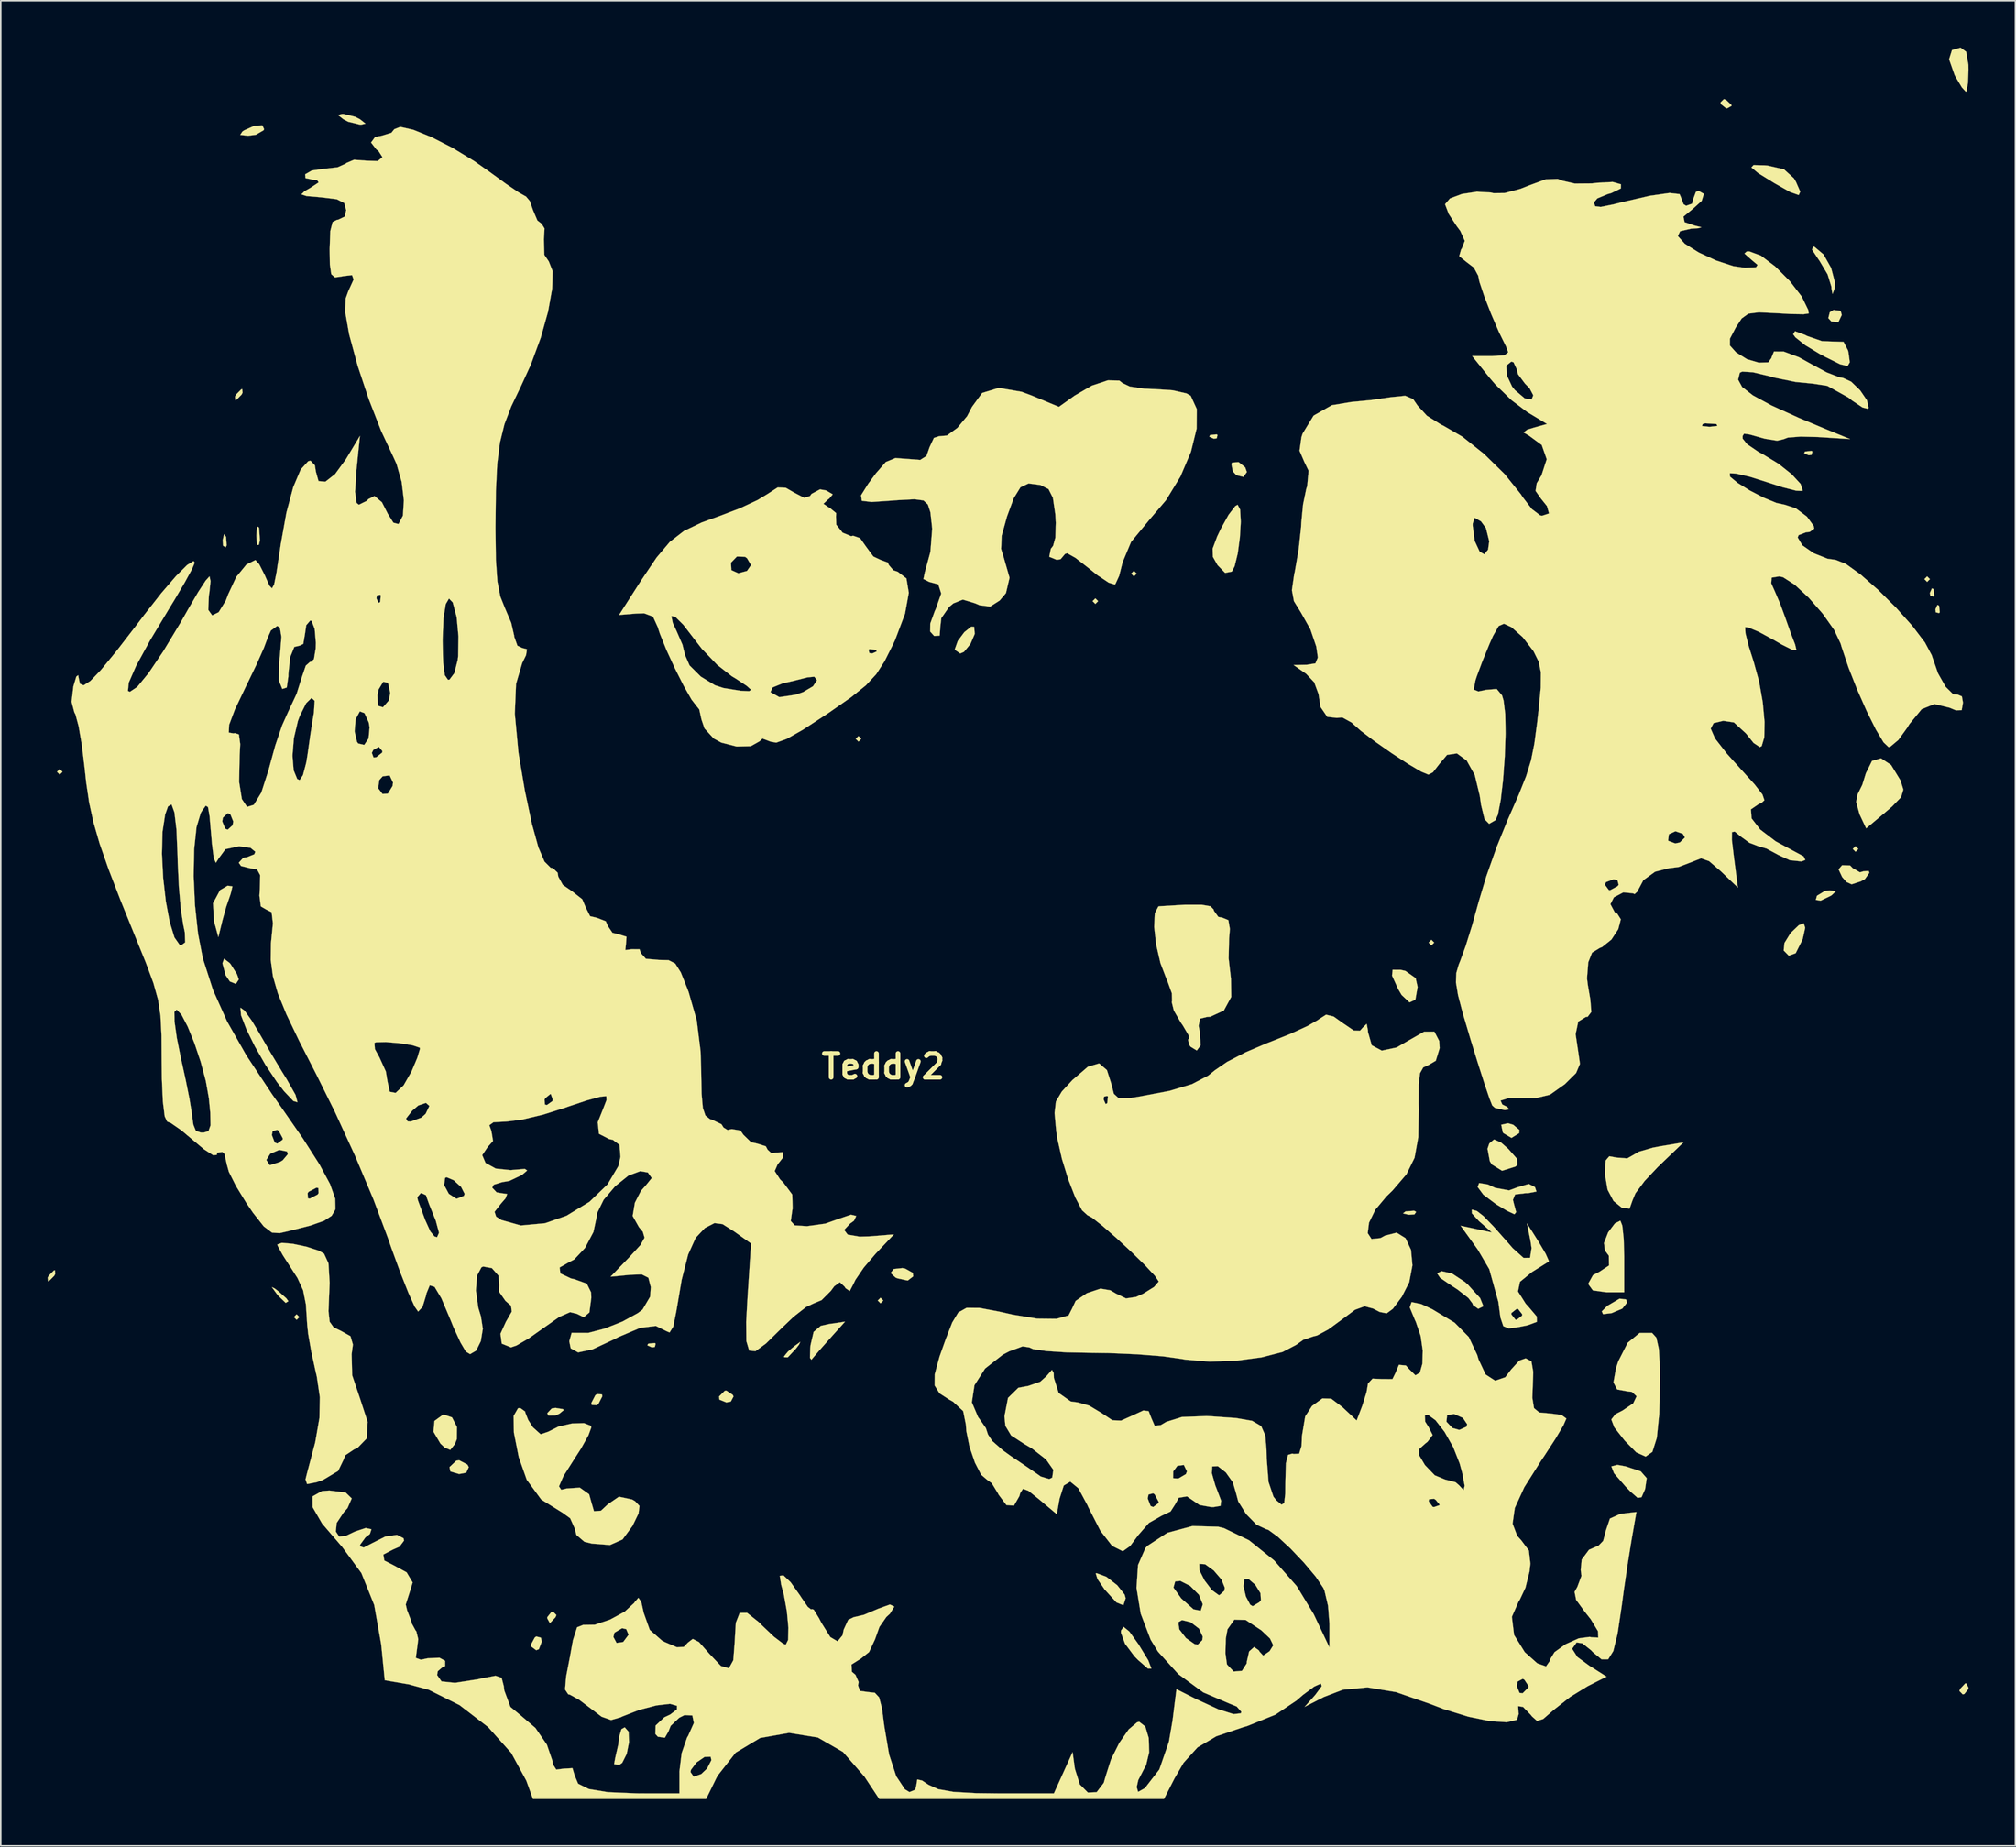
<source format=kicad_pcb>
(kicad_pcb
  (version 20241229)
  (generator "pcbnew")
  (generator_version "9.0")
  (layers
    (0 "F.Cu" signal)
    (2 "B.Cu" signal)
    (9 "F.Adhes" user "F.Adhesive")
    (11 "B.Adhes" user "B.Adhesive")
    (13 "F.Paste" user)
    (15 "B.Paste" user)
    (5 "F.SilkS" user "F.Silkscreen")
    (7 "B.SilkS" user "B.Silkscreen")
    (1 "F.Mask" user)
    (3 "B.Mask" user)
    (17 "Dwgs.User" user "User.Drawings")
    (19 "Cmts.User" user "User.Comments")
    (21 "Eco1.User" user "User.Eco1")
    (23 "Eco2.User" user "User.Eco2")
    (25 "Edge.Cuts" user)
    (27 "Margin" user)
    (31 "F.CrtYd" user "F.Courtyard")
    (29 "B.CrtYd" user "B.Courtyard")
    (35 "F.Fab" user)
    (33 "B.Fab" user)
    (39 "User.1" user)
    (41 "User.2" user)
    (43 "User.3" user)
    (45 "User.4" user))
  (footprint "Teddy2"
    (layer "F.Cu")
    (at 53.517 65.269)
    (property "Reference" "Teddy2" (at 0 0 0) (layer "F.SilkS") (effects (font (size 1.524 1.524) (thickness 0.3))))
    (attr through_hole)
    (fp_poly (pts (xy -52.564 -18.874) (xy -52.74 -18.697) (xy -52.917 -18.874) (xy -52.74 -19.05) (xy -52.564 -18.874)) (stroke (width 0.01) (type solid)) (fill yes) (layer "F.SilkS"))
    (fp_poly (pts (xy -37.394 16.051) (xy -37.571 16.228) (xy -37.747 16.051) (xy -37.571 15.875) (xy -37.394 16.051)) (stroke (width 0.01) (type solid)) (fill yes) (layer "F.SilkS"))
    (fp_poly (pts (xy -1.411 -20.99) (xy -1.587 -20.814) (xy -1.764 -20.99) (xy -1.587 -21.167) (xy -1.411 -20.99)) (stroke (width 0.01) (type solid)) (fill yes) (layer "F.SilkS"))
    (fp_poly (pts (xy 0 14.993) (xy -0.176 15.169) (xy -0.353 14.993) (xy -0.176 14.817) (xy 0 14.993)) (stroke (width 0.01) (type solid)) (fill yes) (layer "F.SilkS"))
    (fp_poly (pts (xy 13.758 -29.81) (xy 13.582 -29.633) (xy 13.406 -29.81) (xy 13.582 -29.986) (xy 13.758 -29.81)) (stroke (width 0.01) (type solid)) (fill yes) (layer "F.SilkS"))
    (fp_poly (pts (xy 16.228 -31.574) (xy 16.051 -31.397) (xy 15.875 -31.574) (xy 16.051 -31.75) (xy 16.228 -31.574)) (stroke (width 0.01) (type solid)) (fill yes) (layer "F.SilkS"))
    (fp_poly (pts (xy 35.278 -7.938) (xy 35.101 -7.761) (xy 34.925 -7.938) (xy 35.101 -8.114) (xy 35.278 -7.938)) (stroke (width 0.01) (type solid)) (fill yes) (layer "F.SilkS"))
    (fp_poly (pts (xy 62.442 -13.935) (xy 62.265 -13.758) (xy 62.089 -13.935) (xy 62.265 -14.111) (xy 62.442 -13.935)) (stroke (width 0.01) (type solid)) (fill yes) (layer "F.SilkS"))
    (fp_poly (pts (xy 67.028 -31.221) (xy 66.851 -31.044) (xy 66.675 -31.221) (xy 66.851 -31.397) (xy 67.028 -31.221)) (stroke (width 0.01) (type solid)) (fill yes) (layer "F.SilkS"))
    (fp_poly (pts (xy -42.092 -33.933) (xy -42.05 -33.381) (xy -42.12 -33.257) (xy -42.281 -33.362) (xy -42.305 -33.72) (xy -42.219 -34.096) (xy -42.092 -33.933)) (stroke (width 0.01) (type solid)) (fill yes) (layer "F.SilkS"))
    (fp_poly (pts (xy -14.581 17.756) (xy -14.63 17.966) (xy -14.817 17.992) (xy -15.107 17.863) (xy -15.052 17.756) (xy -14.633 17.714) (xy -14.581 17.756)) (stroke (width 0.01) (type solid)) (fill yes) (layer "F.SilkS"))
    (fp_poly (pts (xy 21.402 -40.452) (xy 21.353 -40.242) (xy 21.167 -40.217) (xy 20.876 -40.346) (xy 20.931 -40.452) (xy 21.35 -40.494) (xy 21.402 -40.452)) (stroke (width 0.01) (type solid)) (fill yes) (layer "F.SilkS"))
    (fp_poly (pts (xy 34.124 9.312) (xy 34.019 9.472) (xy 33.661 9.497) (xy 33.284 9.411) (xy 33.448 9.284) (xy 33.999 9.242) (xy 34.124 9.312)) (stroke (width 0.01) (type solid)) (fill yes) (layer "F.SilkS"))
    (fp_poly (pts (xy 59.502 -39.394) (xy 59.453 -39.184) (xy 59.267 -39.158) (xy 58.976 -39.287) (xy 59.031 -39.394) (xy 59.45 -39.436) (xy 59.502 -39.394)) (stroke (width 0.01) (type solid)) (fill yes) (layer "F.SilkS"))
    (fp_poly (pts (xy 67.263 -30.574) (xy 67.305 -30.155) (xy 67.263 -30.104) (xy 67.053 -30.152) (xy 67.028 -30.339) (xy 67.157 -30.629) (xy 67.263 -30.574)) (stroke (width 0.01) (type solid)) (fill yes) (layer "F.SilkS"))
    (fp_poly (pts (xy 67.616 -29.516) (xy 67.658 -29.097) (xy 67.616 -29.045) (xy 67.406 -29.094) (xy 67.381 -29.281) (xy 67.51 -29.571) (xy 67.616 -29.516)) (stroke (width 0.01) (type solid)) (fill yes) (layer "F.SilkS"))
    (fp_poly (pts (xy 61.31 -48.403) (xy 61.383 -48.143) (xy 61.162 -47.677) (xy 60.714 -47.729) (xy 60.524 -47.941) (xy 60.618 -48.314) (xy 60.856 -48.459) (xy 61.31 -48.403)) (stroke (width 0.01) (type solid)) (fill yes) (layer "F.SilkS"))
    (fp_poly (pts (xy -53.027 13.281) (xy -53.093 13.406) (xy -53.425 13.742) (xy -53.487 13.758) (xy -53.512 13.53) (xy -53.446 13.406) (xy -53.113 13.069) (xy -53.051 13.053) (xy -53.027 13.281)) (stroke (width 0.01) (type solid)) (fill yes) (layer "F.SilkS"))
    (fp_poly (pts (xy -41.033 -43.164) (xy -41.099 -43.039) (xy -41.431 -42.702) (xy -41.493 -42.686) (xy -41.517 -42.914) (xy -41.451 -43.039) (xy -41.119 -43.376) (xy -41.057 -43.392) (xy -41.033 -43.164)) (stroke (width 0.01) (type solid)) (fill yes) (layer "F.SilkS"))
    (fp_poly (pts (xy -39.99 -34.538) (xy -39.972 -34.477) (xy -39.921 -33.709) (xy -39.985 -33.419) (xy -40.101 -33.407) (xy -40.148 -33.96) (xy -40.148 -34.043) (xy -40.097 -34.59) (xy -39.99 -34.538)) (stroke (width 0.01) (type solid)) (fill yes) (layer "F.SilkS"))
    (fp_poly (pts (xy -38.973 14.222) (xy -38.717 14.419) (xy -38.229 14.854) (xy -38.1 15.036) (xy -38.272 15.142) (xy -38.741 14.689) (xy -38.851 14.552) (xy -39.156 14.134) (xy -38.973 14.222)) (stroke (width 0.01) (type solid)) (fill yes) (layer "F.SilkS"))
    (fp_poly (pts (xy -26.634 25.502) (xy -26.547 25.665) (xy -26.71 26.019) (xy -27.164 26.106) (xy -27.723 25.943) (xy -27.781 25.665) (xy -27.348 25.255) (xy -27.164 25.224) (xy -26.634 25.502)) (stroke (width 0.01) (type solid)) (fill yes) (layer "F.SilkS"))
    (fp_poly (pts (xy -21.923 36.592) (xy -21.872 36.844) (xy -22.056 37.327) (xy -22.225 37.394) (xy -22.568 37.141) (xy -22.578 37.062) (xy -22.321 36.585) (xy -22.225 36.512) (xy -21.923 36.592)) (stroke (width 0.01) (type solid)) (fill yes) (layer "F.SilkS"))
    (fp_poly (pts (xy -20.935 35.141) (xy -20.99 35.278) (xy -21.307 35.614) (xy -21.364 35.631) (xy -21.515 35.358) (xy -21.519 35.278) (xy -21.248 34.939) (xy -21.146 34.925) (xy -20.935 35.141)) (stroke (width 0.01) (type solid)) (fill yes) (layer "F.SilkS"))
    (fp_poly (pts (xy -20.52 21.948) (xy -20.461 22.011) (xy -20.737 22.238) (xy -20.99 22.353) (xy -21.445 22.36) (xy -21.519 22.214) (xy -21.234 21.911) (xy -20.99 21.872) (xy -20.52 21.948)) (stroke (width 0.01) (type solid)) (fill yes) (layer "F.SilkS"))
    (fp_poly (pts (xy -18.019 21.006) (xy -17.992 21.125) (xy -18.249 21.624) (xy -18.344 21.696) (xy -18.67 21.68) (xy -18.697 21.561) (xy -18.44 21.062) (xy -18.344 20.99) (xy -18.019 21.006)) (stroke (width 0.01) (type solid)) (fill yes) (layer "F.SilkS"))
    (fp_poly (pts (xy -9.641 21.036) (xy -9.593 21.14) (xy -9.763 21.462) (xy -10.054 21.519) (xy -10.493 21.34) (xy -10.516 21.14) (xy -10.152 20.776) (xy -10.054 20.761) (xy -9.641 21.036)) (stroke (width 0.01) (type solid)) (fill yes) (layer "F.SilkS"))
    (fp_poly (pts (xy -5.402 17.824) (xy -5.599 18.08) (xy -6.114 18.628) (xy -6.344 18.626) (xy -6.35 18.564) (xy -6.109 18.27) (xy -5.733 17.947) (xy -5.315 17.642) (xy -5.402 17.824)) (stroke (width 0.01) (type solid)) (fill yes) (layer "F.SilkS"))
    (fp_poly (pts (xy 23.177 -38.378) (xy 23.283 -38.079) (xy 23.061 -37.769) (xy 22.615 -37.879) (xy 22.387 -38.123) (xy 22.292 -38.599) (xy 22.343 -38.688) (xy 22.755 -38.715) (xy 23.177 -38.378)) (stroke (width 0.01) (type solid)) (fill yes) (layer "F.SilkS"))
    (fp_poly (pts (xy 40.341 3.733) (xy 40.736 4.065) (xy 40.723 4.27) (xy 40.231 4.573) (xy 39.712 4.268) (xy 39.673 4.21) (xy 39.575 3.732) (xy 40.01 3.636) (xy 40.341 3.733)) (stroke (width 0.01) (type solid)) (fill yes) (layer "F.SilkS"))
    (fp_poly (pts (xy 47.573 14.925) (xy 47.625 15.132) (xy 47.326 15.512) (xy 46.641 15.799) (xy 46.097 15.864) (xy 46.016 15.686) (xy 46.37 15.335) (xy 47.153 14.874) (xy 47.573 14.925)) (stroke (width 0.01) (type solid)) (fill yes) (layer "F.SilkS"))
    (fp_poly (pts (xy 53.975 -61.913) (xy 54.312 -61.595) (xy 54.328 -61.539) (xy 54.055 -61.387) (xy 53.975 -61.383) (xy 53.636 -61.655) (xy 53.622 -61.757) (xy 53.838 -61.968) (xy 53.975 -61.913)) (stroke (width 0.01) (type solid)) (fill yes) (layer "F.SilkS"))
    (fp_poly (pts (xy 61.005 -11.226) (xy 60.749 -10.983) (xy 60.678 -10.936) (xy 60.031 -10.624) (xy 59.723 -10.676) (xy 59.796 -10.936) (xy 60.299 -11.243) (xy 60.61 -11.283) (xy 61.005 -11.226)) (stroke (width 0.01) (type solid)) (fill yes) (layer "F.SilkS"))
    (fp_poly (pts (xy 69.493 39.784) (xy 69.497 39.864) (xy 69.226 40.203) (xy 69.124 40.217) (xy 68.913 40.001) (xy 68.968 39.864) (xy 69.285 39.527) (xy 69.342 39.511) (xy 69.493 39.784)) (stroke (width 0.01) (type solid)) (fill yes) (layer "F.SilkS"))
    (fp_poly (pts (xy -41.852 -6.623) (xy -41.793 -6.547) (xy -41.391 -5.909) (xy -41.275 -5.577) (xy -41.463 -5.292) (xy -41.847 -5.448) (xy -42.119 -5.85) (xy -42.322 -6.611) (xy -42.218 -6.9) (xy -41.852 -6.623)) (stroke (width 0.01) (type solid)) (fill yes) (layer "F.SilkS"))
    (fp_poly (pts (xy -41.682 -11.535) (xy -41.792 -11.072) (xy -42.08 -10.236) (xy -42.325 -9.349) (xy -42.583 -8.29) (xy -42.863 -9.315) (xy -42.924 -10.459) (xy -42.474 -11.296) (xy -41.987 -11.581) (xy -41.682 -11.535)) (stroke (width 0.01) (type solid)) (fill yes) (layer "F.SilkS"))
    (fp_poly (pts (xy -39.652 -60.041) (xy -39.688 -59.972) (xy -40.179 -59.69) (xy -40.678 -59.625) (xy -41.182 -59.681) (xy -41.041 -59.892) (xy -40.922 -59.972) (xy -40.267 -60.263) (xy -39.767 -60.286) (xy -39.652 -60.041)) (stroke (width 0.01) (type solid)) (fill yes) (layer "F.SilkS"))
    (fp_poly (pts (xy 1.407 12.95) (xy 1.889 13.22) (xy 1.915 13.446) (xy 1.566 13.712) (xy 0.926 13.576) (xy 0.792 13.524) (xy 0.469 13.231) (xy 0.67 12.974) (xy 1.226 12.914) (xy 1.407 12.95)) (stroke (width 0.01) (type solid)) (fill yes) (layer "F.SilkS"))
    (fp_poly (pts (xy -33.817 -60.835) (xy -33.514 -60.678) (xy -33.163 -60.403) (xy -33.426 -60.336) (xy -33.514 -60.336) (xy -34.269 -60.52) (xy -34.572 -60.678) (xy -34.923 -60.953) (xy -34.66 -61.019) (xy -34.572 -61.02) (xy -33.817 -60.835)) (stroke (width 0.01) (type solid)) (fill yes) (layer "F.SilkS"))
    (fp_poly (pts (xy 5.821 -28.164) (xy 5.857 -27.712) (xy 5.582 -27.069) (xy 5.168 -26.562) (xy 4.926 -26.458) (xy 4.594 -26.684) (xy 4.586 -26.744) (xy 4.773 -27.265) (xy 5.191 -27.823) (xy 5.627 -28.17) (xy 5.821 -28.164)) (stroke (width 0.01) (type solid)) (fill yes) (layer "F.SilkS"))
    (fp_poly (pts (xy 33.129 -6.193) (xy 33.441 -6.118) (xy 34.092 -5.659) (xy 34.219 -5.095) (xy 34.075 -4.282) (xy 33.702 -4.108) (xy 33.195 -4.583) (xy 32.974 -4.96) (xy 32.584 -5.82) (xy 32.621 -6.196) (xy 33.129 -6.193)) (stroke (width 0.01) (type solid)) (fill yes) (layer "F.SilkS"))
    (fp_poly (pts (xy 59.041 -8.886) (xy 58.887 -8.189) (xy 58.861 -8.114) (xy 58.433 -7.259) (xy 57.993 -7.098) (xy 57.665 -7.431) (xy 57.715 -7.913) (xy 58.107 -8.548) (xy 58.631 -9.051) (xy 58.95 -9.172) (xy 59.041 -8.886)) (stroke (width 0.01) (type solid)) (fill yes) (layer "F.SilkS"))
    (fp_poly (pts (xy -27.62 22.481) (xy -27.304 23.095) (xy -27.312 23.873) (xy -27.439 24.19) (xy -27.732 24.56) (xy -28.089 24.411) (xy -28.36 24.154) (xy -28.806 23.397) (xy -28.742 22.704) (xy -28.191 22.304) (xy -28.16 22.297) (xy -27.62 22.481)) (stroke (width 0.01) (type solid)) (fill yes) (layer "F.SilkS"))
    (fp_poly (pts (xy -16.31 42.615) (xy -16.281 43.274) (xy -16.431 44.03) (xy -16.719 44.604) (xy -16.901 44.736) (xy -17.238 44.69) (xy -17.166 44.293) (xy -16.961 43.398) (xy -16.933 43.01) (xy -16.77 42.453) (xy -16.558 42.333) (xy -16.31 42.615)) (stroke (width 0.01) (type solid)) (fill yes) (layer "F.SilkS"))
    (fp_poly (pts (xy -3.428 17.434) (xy -4.088 18.179) (xy -4.537 18.704) (xy -4.601 18.785) (xy -4.695 18.664) (xy -4.676 18.028) (xy -4.657 17.85) (xy -4.459 17.001) (xy -3.998 16.613) (xy -3.485 16.499) (xy -2.452 16.347) (xy -3.428 17.434)) (stroke (width 0.01) (type solid)) (fill yes) (layer "F.SilkS"))
    (fp_poly (pts (xy 14.285 32.69) (xy 14.98 33.229) (xy 15.456 33.828) (xy 15.522 34.063) (xy 15.377 34.512) (xy 14.937 34.333) (xy 14.195 33.522) (xy 14.172 33.494) (xy 13.72 32.835) (xy 13.609 32.477) (xy 13.653 32.456) (xy 14.285 32.69)) (stroke (width 0.01) (type solid)) (fill yes) (layer "F.SilkS"))
    (fp_poly (pts (xy 15.755 36.194) (xy 16.342 37.012) (xy 16.97 38.043) (xy 17.169 38.569) (xy 16.948 38.567) (xy 16.313 38.015) (xy 16.081 37.778) (xy 15.483 36.978) (xy 15.22 36.266) (xy 15.225 36.132) (xy 15.393 35.9) (xy 15.755 36.194)) (stroke (width 0.01) (type solid)) (fill yes) (layer "F.SilkS"))
    (fp_poly (pts (xy 39.569 4.879) (xy 40.025 5.278) (xy 40.59 5.919) (xy 40.602 6.31) (xy 40.485 6.41) (xy 39.626 6.678) (xy 38.973 6.275) (xy 38.843 6.066) (xy 38.695 5.269) (xy 38.812 4.929) (xy 39.115 4.675) (xy 39.569 4.879)) (stroke (width 0.01) (type solid)) (fill yes) (layer "F.SilkS"))
    (fp_poly (pts (xy 47.537 25.615) (xy 48.511 25.936) (xy 48.891 26.373) (xy 48.79 27.061) (xy 48.77 27.115) (xy 48.561 27.59) (xy 48.313 27.635) (xy 47.84 27.218) (xy 47.525 26.891) (xy 46.801 26.058) (xy 46.629 25.617) (xy 47.01 25.52) (xy 47.537 25.615)) (stroke (width 0.01) (type solid)) (fill yes) (layer "F.SilkS"))
    (fp_poly (pts (xy 56.427 -57.727) (xy 56.63 -57.71) (xy 57.681 -57.471) (xy 58.318 -56.894) (xy 58.451 -56.665) (xy 58.725 -56.039) (xy 58.626 -55.824) (xy 58.083 -56.016) (xy 57.071 -56.586) (xy 56.033 -57.228) (xy 55.595 -57.594) (xy 55.734 -57.742) (xy 56.427 -57.727)) (stroke (width 0.01) (type solid)) (fill yes) (layer "F.SilkS"))
    (fp_poly (pts (xy 69.348 -65.002) (xy 69.492 -64.162) (xy 69.497 -63.853) (xy 69.46 -62.969) (xy 69.367 -62.477) (xy 69.33 -62.442) (xy 69.073 -62.721) (xy 68.666 -63.403) (xy 68.61 -63.51) (xy 68.256 -64.52) (xy 68.441 -65.11) (xy 68.989 -65.264) (xy 69.348 -65.002)) (stroke (width 0.01) (type solid)) (fill yes) (layer "F.SilkS"))
    (fp_poly (pts (xy 59.642 -52.501) (xy 60.215 -52.018) (xy 60.701 -51.156) (xy 60.944 -50.235) (xy 60.919 -49.82) (xy 60.791 -49.491) (xy 60.726 -49.836) (xy 60.719 -49.959) (xy 60.477 -50.744) (xy 59.947 -51.633) (xy 59.906 -51.686) (xy 59.48 -52.328) (xy 59.558 -52.521) (xy 59.642 -52.501)) (stroke (width 0.01) (type solid)) (fill yes) (layer "F.SilkS"))
    (fp_poly (pts (xy 61.918 -12.874) (xy 62.089 -12.7) (xy 62.546 -12.438) (xy 62.755 -12.499) (xy 63.109 -12.527) (xy 63.147 -12.406) (xy 62.865 -12.006) (xy 62.589 -11.856) (xy 62.013 -11.67) (xy 61.681 -11.824) (xy 61.409 -12.139) (xy 61.178 -12.629) (xy 61.406 -12.89) (xy 61.918 -12.874)) (stroke (width 0.01) (type solid)) (fill yes) (layer "F.SilkS"))
    (fp_poly (pts (xy 36.422 13.264) (xy 37.248 13.805) (xy 37.429 13.968) (xy 38.22 14.835) (xy 38.432 15.359) (xy 38.1 15.522) (xy 37.757 15.275) (xy 37.747 15.198) (xy 37.473 14.832) (xy 36.782 14.29) (xy 36.424 14.057) (xy 35.66 13.538) (xy 35.469 13.249) (xy 35.754 13.113) (xy 36.422 13.264)) (stroke (width 0.01) (type solid)) (fill yes) (layer "F.SilkS"))
    (fp_poly (pts (xy 64.541 -19.313) (xy 65.142 -18.329) (xy 65.326 -17.736) (xy 65.18 -17.251) (xy 64.603 -16.654) (xy 64.241 -16.344) (xy 62.946 -15.257) (xy 62.523 -16.154) (xy 62.304 -16.953) (xy 62.399 -17.433) (xy 62.7 -18.046) (xy 62.929 -18.785) (xy 63.32 -19.574) (xy 63.894 -19.742) (xy 64.541 -19.313)) (stroke (width 0.01) (type solid)) (fill yes) (layer "F.SilkS"))
    (fp_poly (pts (xy 22.852 -35.675) (xy 22.894 -34.901) (xy 22.836 -33.887) (xy 22.698 -32.859) (xy 22.499 -32.043) (xy 22.324 -31.708) (xy 21.893 -31.62) (xy 21.409 -32.116) (xy 21.109 -32.648) (xy 21.092 -33.174) (xy 21.383 -33.95) (xy 21.615 -34.438) (xy 22.113 -35.337) (xy 22.539 -35.894) (xy 22.692 -35.983) (xy 22.852 -35.675)) (stroke (width 0.01) (type solid)) (fill yes) (layer "F.SilkS"))
    (fp_poly (pts (xy -40.908 -3.58) (xy -40.442 -2.931) (xy -40.022 -2.233) (xy -39.28 -0.952) (xy -38.506 0.335) (xy -38.2 0.826) (xy -37.64 1.82) (xy -37.515 2.287) (xy -37.776 2.212) (xy -38.374 1.583) (xy -38.824 1.003) (xy -39.557 -0.093) (xy -40.241 -1.285) (xy -40.793 -2.403) (xy -41.13 -3.281) (xy -41.17 -3.748) (xy -41.159 -3.761) (xy -40.908 -3.58)) (stroke (width 0.01) (type solid)) (fill yes) (layer "F.SilkS"))
    (fp_poly (pts (xy 47.329 10.199) (xy 47.417 11.041) (xy 47.449 12.17) (xy 47.449 14.462) (xy 46.302 14.463) (xy 45.445 14.343) (xy 45.157 13.947) (xy 45.156 13.902) (xy 45.452 13.367) (xy 45.861 13.155) (xy 46.478 12.747) (xy 46.466 12.119) (xy 46.217 11.786) (xy 46.157 11.305) (xy 46.424 10.624) (xy 46.857 10.05) (xy 47.204 9.878) (xy 47.329 10.199)) (stroke (width 0.01) (type solid)) (fill yes) (layer "F.SilkS"))
    (fp_poly (pts (xy 59.033 -46.862) (xy 59.173 -46.791) (xy 60.114 -46.466) (xy 60.922 -46.436) (xy 60.93 -46.438) (xy 61.499 -46.419) (xy 61.785 -45.865) (xy 61.817 -45.714) (xy 61.897 -45.112) (xy 61.756 -44.871) (xy 61.274 -44.987) (xy 60.33 -45.456) (xy 59.981 -45.641) (xy 59.048 -46.205) (xy 58.415 -46.71) (xy 58.272 -46.905) (xy 58.39 -47.098) (xy 59.033 -46.862)) (stroke (width 0.01) (type solid)) (fill yes) (layer "F.SilkS"))
    (fp_poly (pts (xy 38.718 7.557) (xy 39.182 7.774) (xy 40.076 7.937) (xy 40.607 7.741) (xy 41.342 7.525) (xy 41.736 7.728) (xy 41.83 8.011) (xy 41.3 8.112) (xy 41.145 8.114) (xy 40.465 8.197) (xy 40.324 8.543) (xy 40.393 8.819) (xy 40.531 9.328) (xy 40.421 9.466) (xy 39.932 9.235) (xy 39.247 8.823) (xy 38.43 8.212) (xy 38.065 7.721) (xy 38.159 7.465) (xy 38.718 7.557)) (stroke (width 0.01) (type solid)) (fill yes) (layer "F.SilkS"))
    (fp_poly (pts (xy 49.612 6.427) (xy 48.76 7.33) (xy 48.169 8.124) (xy 47.978 8.583) (xy 47.793 9.104) (xy 47.291 9.038) (xy 46.768 8.618) (xy 46.387 7.896) (xy 46.215 6.897) (xy 46.214 6.83) (xy 46.264 6.021) (xy 46.496 5.751) (xy 46.963 5.835) (xy 47.642 5.888) (xy 47.934 5.725) (xy 48.391 5.46) (xy 49.281 5.201) (xy 49.7 5.12) (xy 51.246 4.861) (xy 49.612 6.427)) (stroke (width 0.01) (type solid)) (fill yes) (layer "F.SilkS"))
    (fp_poly (pts (xy 49.507 17.369) (xy 49.668 18.089) (xy 49.736 19.346) (xy 49.742 20.053) (xy 49.694 22.254) (xy 49.538 23.788) (xy 49.254 24.688) (xy 48.823 24.988) (xy 48.227 24.721) (xy 47.48 23.962) (xy 46.817 23.116) (xy 46.626 22.611) (xy 46.893 22.271) (xy 47.338 22.044) (xy 48.028 21.581) (xy 48.245 21.126) (xy 47.942 20.842) (xy 47.675 20.814) (xy 47 20.69) (xy 46.763 20.238) (xy 46.924 19.336) (xy 47.069 18.89) (xy 47.675 17.696) (xy 48.437 17.071) (xy 49.234 17.069) (xy 49.507 17.369)) (stroke (width 0.01) (type solid)) (fill yes) (layer "F.SilkS"))
    (fp_poly (pts (xy 20.956 -10.263) (xy 21.16 -10.05) (xy 21.167 -9.985) (xy 21.453 -9.586) (xy 21.734 -9.525) (xy 22.1 -9.374) (xy 22.196 -8.81) (xy 22.146 -8.202) (xy 22.116 -6.925) (xy 22.259 -5.677) (xy 22.265 -5.651) (xy 22.283 -4.457) (xy 21.809 -3.587) (xy 20.934 -3.186) (xy 20.731 -3.175) (xy 20.277 -3.065) (xy 20.197 -2.601) (xy 20.285 -2.117) (xy 20.318 -1.349) (xy 20.077 -1.026) (xy 19.68 -1.266) (xy 19.579 -1.411) (xy 19.517 -1.74) (xy 19.582 -1.764) (xy 19.547 -2.013) (xy 19.184 -2.629) (xy 19.052 -2.82) (xy 18.607 -3.588) (xy 18.473 -4.13) (xy 18.493 -4.188) (xy 18.481 -4.686) (xy 18.193 -5.485) (xy 18.149 -5.577) (xy 17.748 -6.627) (xy 17.475 -7.813) (xy 17.349 -8.941) (xy 17.39 -9.818) (xy 17.616 -10.25) (xy 17.678 -10.265) (xy 19.324 -10.362) (xy 20.38 -10.364) (xy 20.956 -10.263)) (stroke (width 0.01) (type solid)) (fill yes) (layer "F.SilkS"))
    (fp_poly (pts (xy -37.805 11.361) (xy -36.937 11.544) (xy -36.165 11.795) (xy -35.815 11.988) (xy -35.53 12.609) (xy -35.456 13.851) (xy -35.481 14.488) (xy -35.529 15.675) (xy -35.454 16.352) (xy -35.197 16.714) (xy -34.72 16.944) (xy -34.122 17.278) (xy -33.966 17.81) (xy -34.048 18.43) (xy -34.014 19.779) (xy -33.514 21.264) (xy -33.024 22.765) (xy -33.082 23.825) (xy -33.689 24.448) (xy -33.885 24.524) (xy -34.447 24.899) (xy -34.572 25.204) (xy -34.912 25.908) (xy -35.886 26.488) (xy -36.3 26.632) (xy -36.899 26.749) (xy -37.001 26.449) (xy -36.903 26.058) (xy -36.377 24.07) (xy -36.109 22.518) (xy -36.081 21.19) (xy -36.275 19.873) (xy -36.354 19.529) (xy -36.634 18.25) (xy -36.83 17.124) (xy -36.889 16.581) (xy -36.974 15.249) (xy -37.155 14.334) (xy -37.514 13.55) (xy -37.924 12.91) (xy -38.458 12.081) (xy -38.771 11.511) (xy -38.806 11.403) (xy -38.513 11.298) (xy -37.805 11.361)) (stroke (width 0.01) (type solid)) (fill yes) (layer "F.SilkS"))
    (fp_poly (pts (xy -22.936 22.105) (xy -22.931 22.158) (xy -22.742 22.64) (xy -22.44 23.114) (xy -21.943 23.559) (xy -21.469 23.403) (xy -20.795 23.066) (xy -19.943 22.872) (xy -19.168 22.848) (xy -18.726 23.02) (xy -18.697 23.115) (xy -18.883 23.624) (xy -19.359 24.477) (xy -19.749 25.082) (xy -20.48 26.234) (xy -20.768 26.897) (xy -20.624 27.116) (xy -20.285 27.036) (xy -19.435 26.978) (xy -18.837 27.404) (xy -18.697 27.907) (xy -18.528 28.489) (xy -18.082 28.458) (xy -17.639 28.046) (xy -16.93 27.559) (xy -16.088 27.737) (xy -15.894 27.85) (xy -15.613 28.151) (xy -15.674 28.631) (xy -16.063 29.432) (xy -16.698 30.297) (xy -17.5 30.653) (xy -18.659 30.563) (xy -19.138 30.448) (xy -19.65 30.01) (xy -19.756 29.599) (xy -20.05 28.94) (xy -20.549 28.579) (xy -21.905 27.738) (xy -22.832 26.471) (xy -23.345 25.019) (xy -23.656 23.443) (xy -23.671 22.384) (xy -23.392 21.898) (xy -23.257 21.872) (xy -22.936 22.105)) (stroke (width 0.01) (type solid)) (fill yes) (layer "F.SilkS"))
    (fp_poly (pts (xy 38.019 9.26) (xy 38.439 9.587) (xy 39.083 10.25) (xy 40.052 11.343) (xy 40.305 11.634) (xy 41.001 12.26) (xy 41.421 12.255) (xy 41.518 11.634) (xy 41.454 11.201) (xy 41.224 10.054) (xy 41.974 11.24) (xy 42.421 12) (xy 42.622 12.45) (xy 42.617 12.494) (xy 42.275 12.708) (xy 41.591 13.135) (xy 41.54 13.168) (xy 40.774 13.792) (xy 40.646 14.413) (xy 41.141 15.196) (xy 41.335 15.41) (xy 41.852 16.02) (xy 41.858 16.357) (xy 41.281 16.571) (xy 40.705 16.688) (xy 40.059 16.779) (xy 39.708 16.631) (xy 39.524 16.085) (xy 39.496 15.875) (xy 40.217 15.875) (xy 40.485 16.218) (xy 40.569 16.228) (xy 40.912 15.959) (xy 40.922 15.875) (xy 40.654 15.532) (xy 40.569 15.522) (xy 40.227 15.791) (xy 40.217 15.875) (xy 39.496 15.875) (xy 39.39 15.079) (xy 38.81 12.986) (xy 38.075 11.731) (xy 36.976 10.201) (xy 37.979 10.417) (xy 38.982 10.633) (xy 38.149 9.902) (xy 37.695 9.41) (xy 37.689 9.175) (xy 37.724 9.172) (xy 38.019 9.26)) (stroke (width 0.01) (type solid)) (fill yes) (layer "F.SilkS"))
    (fp_poly (pts (xy 15.115 -43.94) (xy 15.328 -43.773) (xy 15.788 -43.557) (xy 16.711 -43.419) (xy 17.413 -43.392) (xy 18.546 -43.315) (xy 19.411 -43.12) (xy 19.685 -42.968) (xy 20.078 -42.111) (xy 20.067 -40.864) (xy 19.701 -39.376) (xy 19.03 -37.796) (xy 18.103 -36.275) (xy 17.059 -35.048) (xy 15.869 -33.606) (xy 15.328 -32.31) (xy 15.106 -31.432) (xy 14.866 -30.91) (xy 14.828 -30.875) (xy 14.438 -30.995) (xy 13.713 -31.476) (xy 13.104 -31.965) (xy 12.31 -32.583) (xy 11.779 -32.879) (xy 11.642 -32.836) (xy 11.356 -32.499) (xy 11.113 -32.456) (xy 10.629 -32.654) (xy 10.731 -33.163) (xy 10.878 -33.355) (xy 11.022 -33.881) (xy 11.052 -34.832) (xy 11.019 -35.368) (xy 10.864 -36.429) (xy 10.583 -36.987) (xy 10.071 -37.245) (xy 10.039 -37.254) (xy 9.305 -37.348) (xy 8.787 -37.106) (xy 8.357 -36.41) (xy 7.924 -35.238) (xy 7.583 -34.009) (xy 7.545 -33.159) (xy 7.721 -32.579) (xy 8.086 -31.311) (xy 7.856 -30.327) (xy 7.454 -29.851) (xy 6.841 -29.462) (xy 6.168 -29.549) (xy 5.868 -29.676) (xy 5.093 -29.909) (xy 4.484 -29.666) (xy 4.213 -29.439) (xy 3.715 -28.722) (xy 3.649 -28.148) (xy 3.611 -27.602) (xy 3.261 -27.578) (xy 3.005 -27.859) (xy 3.01 -28.376) (xy 3.302 -29.182) (xy 3.351 -29.281) (xy 3.711 -30.298) (xy 3.521 -30.888) (xy 2.94 -31.044) (xy 2.571 -31.228) (xy 2.662 -31.662) (xy 3.018 -32.968) (xy 3.134 -34.453) (xy 3.019 -35.5) (xy 2.858 -35.998) (xy 2.578 -36.26) (xy 2 -36.337) (xy 0.95 -36.282) (xy 0.515 -36.248) (xy -0.749 -36.162) (xy -1.374 -36.238) (xy -1.424 -36.589) (xy -0.962 -37.328) (xy -0.476 -37.989) (xy 0.163 -38.723) (xy 0.78 -38.978) (xy 1.541 -38.921) (xy 2.366 -38.856) (xy 2.768 -39.112) (xy 2.961 -39.664) (xy 3.242 -40.268) (xy 3.56 -40.373) (xy 4.076 -40.419) (xy 4.745 -40.906) (xy 5.371 -41.66) (xy 5.679 -42.251) (xy 6.336 -43.148) (xy 7.4 -43.471) (xy 8.862 -43.22) (xy 9.491 -42.986) (xy 11.248 -42.256) (xy 12.26 -42.977) (xy 13.366 -43.617) (xy 14.379 -43.954) (xy 15.115 -43.94)) (stroke (width 0.01) (type solid)) (fill yes) (layer "F.SilkS"))
    (fp_poly (pts (xy -6.245 -37.07) (xy -5.723 -36.769) (xy -5.064 -36.427) (xy -4.693 -36.541) (xy -4.592 -36.68) (xy -4.051 -36.969) (xy -3.661 -36.898) (xy -3.238 -36.652) (xy -3.461 -36.378) (xy -3.528 -36.336) (xy -3.834 -36.045) (xy -3.487 -35.811) (xy -3.432 -35.789) (xy -3.021 -35.45) (xy -3.031 -35.225) (xy -3.012 -34.708) (xy -2.604 -34.195) (xy -2.063 -33.972) (xy -1.928 -33.999) (xy -1.486 -33.843) (xy -1.11 -33.31) (xy -0.637 -32.67) (xy -0.184 -32.456) (xy 0.291 -32.281) (xy 0.353 -32.129) (xy 0.643 -31.788) (xy 0.931 -31.688) (xy 1.482 -31.264) (xy 1.634 -30.342) (xy 1.39 -29.003) (xy 0.757 -27.327) (xy 0.639 -27.071) (xy 0.083 -25.964) (xy -0.452 -25.131) (xy -1.118 -24.414) (xy -2.062 -23.655) (xy -3.436 -22.697) (xy -3.636 -22.562) (xy -5.145 -21.576) (xy -6.189 -20.985) (xy -6.855 -20.746) (xy -7.233 -20.815) (xy -7.239 -20.82) (xy -7.736 -21.006) (xy -7.927 -20.831) (xy -8.483 -20.52) (xy -9.392 -20.498) (xy -10.371 -20.748) (xy -10.858 -21.01) (xy -11.448 -21.653) (xy -11.642 -22.224) (xy -11.786 -22.876) (xy -11.95 -23.079) (xy -12.278 -23.503) (xy -12.549 -23.979) (xy -7.226 -23.979) (xy -6.656 -23.659) (xy -5.613 -23.816) (xy -5.138 -23.98) (xy -4.5 -24.354) (xy -4.242 -24.743) (xy -4.416 -24.968) (xy -4.851 -24.927) (xy -5.662 -24.724) (xy -6.453 -24.541) (xy -7.087 -24.284) (xy -7.226 -23.979) (xy -12.549 -23.979) (xy -12.777 -24.379) (xy -13.347 -25.509) (xy -13.89 -26.692) (xy -14.308 -27.729) (xy -14.446 -28.155) (xy -14.75 -28.821) (xy -14.856 -28.86) (xy -13.575 -28.86) (xy -13.48 -28.405) (xy -13.238 -27.887) (xy -12.862 -27.022) (xy -12.7 -26.373) (xy -12.7 -26.361) (xy -12.408 -25.692) (xy -11.69 -24.978) (xy -10.781 -24.421) (xy -10.231 -24.244) (xy -9.131 -24.067) (xy -8.588 -24.042) (xy -8.467 -24.13) (xy -8.74 -24.38) (xy -9.422 -24.832) (xy -9.699 -24.999) (xy -10.632 -25.727) (xy -11.557 -26.694) (xy -0.941 -26.694) (xy -0.892 -26.484) (xy -0.706 -26.458) (xy -0.415 -26.587) (xy -0.47 -26.694) (xy -0.889 -26.736) (xy -0.941 -26.694) (xy -11.557 -26.694) (xy -11.62 -26.759) (xy -12.06 -27.327) (xy -12.802 -28.292) (xy -13.328 -28.813) (xy -13.575 -28.86) (xy -14.856 -28.86) (xy -15.318 -29.031) (xy -15.813 -29.016) (xy -16.918 -28.927) (xy -15.507 -31.132) (xy -14.737 -32.278) (xy -9.755 -32.278) (xy -9.73 -31.796) (xy -9.285 -31.596) (xy -8.728 -31.744) (xy -8.467 -32.12) (xy -8.723 -32.555) (xy -8.85 -32.651) (xy -9.375 -32.667) (xy -9.755 -32.278) (xy -14.737 -32.278) (xy -14.518 -32.602) (xy -13.669 -33.607) (xy -12.767 -34.304) (xy -11.621 -34.852) (xy -10.489 -35.259) (xy -9.192 -35.753) (xy -8.052 -36.284) (xy -7.429 -36.661) (xy -6.763 -37.091) (xy -6.245 -37.07)) (stroke (width 0.01) (type solid)) (fill yes) (layer "F.SilkS"))
    (fp_poly (pts (xy 43.502 -56.738) (xy 44.283 -56.559) (xy 45.396 -56.568) (xy 45.725 -56.608) (xy 46.712 -56.66) (xy 47.241 -56.512) (xy 47.236 -56.247) (xy 46.621 -55.948) (xy 46.39 -55.884) (xy 45.73 -55.611) (xy 45.508 -55.348) (xy 45.592 -55.106) (xy 45.951 -55.064) (xy 46.751 -55.224) (xy 47.272 -55.356) (xy 49.107 -55.78) (xy 50.357 -55.956) (xy 50.995 -55.883) (xy 51.07 -55.712) (xy 51.252 -55.233) (xy 51.417 -55.136) (xy 51.795 -55.269) (xy 51.858 -55.533) (xy 52.04 -56.021) (xy 52.211 -56.092) (xy 52.551 -55.898) (xy 52.412 -55.451) (xy 51.858 -54.951) (xy 51.244 -54.442) (xy 51.314 -54.085) (xy 51.947 -53.871) (xy 52.394 -53.76) (xy 52.192 -53.698) (xy 51.741 -53.67) (xy 51.031 -53.508) (xy 50.883 -53.197) (xy 51.328 -52.703) (xy 52.224 -52.143) (xy 53.34 -51.628) (xy 54.443 -51.267) (xy 55.177 -51.164) (xy 55.895 -51.198) (xy 55.99 -51.35) (xy 55.583 -51.693) (xy 55.152 -52.076) (xy 55.293 -52.205) (xy 55.468 -52.211) (xy 56.205 -51.939) (xy 57.126 -51.243) (xy 58.056 -50.31) (xy 58.817 -49.323) (xy 59.234 -48.466) (xy 59.267 -48.237) (xy 58.948 -48.191) (xy 58.122 -48.203) (xy 57.238 -48.253) (xy 56.078 -48.31) (xy 55.397 -48.223) (xy 54.971 -47.916) (xy 54.6 -47.352) (xy 54.217 -46.619) (xy 54.216 -46.186) (xy 54.6 -45.757) (xy 54.619 -45.74) (xy 55.313 -45.308) (xy 56.077 -45.085) (xy 56.679 -45.105) (xy 56.889 -45.4) (xy 56.885 -45.42) (xy 57.042 -45.799) (xy 57.664 -45.797) (xy 58.637 -45.434) (xy 59.443 -44.988) (xy 60.42 -44.461) (xy 61.236 -44.146) (xy 61.463 -44.108) (xy 61.986 -43.867) (xy 62.559 -43.314) (xy 62.993 -42.68) (xy 63.103 -42.196) (xy 63.063 -42.131) (xy 62.709 -42.22) (xy 62.048 -42.662) (xy 61.818 -42.848) (xy 60.458 -43.603) (xy 59.536 -43.744) (xy 58.432 -43.851) (xy 57.118 -44.118) (xy 56.676 -44.239) (xy 55.69 -44.473) (xy 55.013 -44.515) (xy 54.855 -44.447) (xy 54.742 -44) (xy 55 -43.528) (xy 55.692 -42.991) (xy 56.882 -42.345) (xy 58.631 -41.551) (xy 60.325 -40.842) (xy 61.913 -40.192) (xy 59.869 -40.323) (xy 58.741 -40.351) (xy 57.931 -40.288) (xy 57.659 -40.185) (xy 57.245 -40.089) (xy 56.455 -40.215) (xy 56.354 -40.243) (xy 55.498 -40.483) (xy 55.125 -40.536) (xy 55.034 -40.398) (xy 55.033 -40.224) (xy 55.319 -39.864) (xy 56.036 -39.377) (xy 56.356 -39.203) (xy 57.331 -38.61) (xy 58.178 -37.935) (xy 58.746 -37.319) (xy 58.883 -36.903) (xy 58.857 -36.868) (xy 58.462 -36.886) (xy 57.605 -37.104) (xy 56.646 -37.416) (xy 55.503 -37.776) (xy 54.606 -37.984) (xy 54.21 -38.002) (xy 54.225 -37.784) (xy 54.708 -37.384) (xy 55.483 -36.902) (xy 56.372 -36.441) (xy 57.197 -36.101) (xy 57.744 -35.983) (xy 58.442 -35.754) (xy 59.153 -35.222) (xy 59.587 -34.624) (xy 59.619 -34.456) (xy 59.332 -34.246) (xy 59.09 -34.219) (xy 58.621 -34.04) (xy 58.561 -33.887) (xy 58.861 -33.384) (xy 59.585 -32.879) (xy 60.469 -32.528) (xy 60.982 -32.456) (xy 61.639 -32.198) (xy 62.592 -31.513) (xy 63.708 -30.533) (xy 64.855 -29.393) (xy 65.9 -28.224) (xy 66.71 -27.16) (xy 67.152 -26.333) (xy 67.174 -26.255) (xy 67.546 -25.184) (xy 68.033 -24.321) (xy 68.521 -23.838) (xy 68.807 -23.822) (xy 69.074 -23.707) (xy 69.144 -23.312) (xy 69.063 -22.827) (xy 68.686 -22.818) (xy 68.285 -22.984) (xy 67.313 -23.219) (xy 66.498 -22.888) (xy 65.713 -21.931) (xy 65.575 -21.704) (xy 65.009 -20.921) (xy 64.496 -20.49) (xy 64.38 -20.461) (xy 64.058 -20.768) (xy 63.569 -21.585) (xy 62.985 -22.759) (xy 62.376 -24.135) (xy 61.815 -25.561) (xy 61.372 -26.883) (xy 61.312 -27.091) (xy 60.895 -27.974) (xy 60.162 -29.01) (xy 59.27 -30.031) (xy 58.372 -30.865) (xy 57.625 -31.343) (xy 57.387 -31.397) (xy 56.893 -31.317) (xy 56.867 -30.952) (xy 57.103 -30.422) (xy 57.438 -29.642) (xy 57.765 -28.751) (xy 58.113 -27.767) (xy 58.397 -27.028) (xy 58.476 -26.695) (xy 58.235 -26.683) (xy 57.567 -27.017) (xy 57.014 -27.335) (xy 56.072 -27.845) (xy 55.4 -28.129) (xy 55.193 -28.147) (xy 55.214 -27.756) (xy 55.43 -26.899) (xy 55.738 -25.932) (xy 56.084 -24.678) (xy 56.321 -23.336) (xy 56.437 -22.08) (xy 56.419 -21.085) (xy 56.254 -20.525) (xy 56.132 -20.461) (xy 55.735 -20.727) (xy 55.245 -21.339) (xy 54.474 -22.043) (xy 53.793 -22.144) (xy 53.173 -21.996) (xy 52.989 -21.643) (xy 53.265 -21.013) (xy 54.026 -20.036) (xy 54.857 -19.111) (xy 55.799 -18.069) (xy 56.303 -17.421) (xy 56.427 -17.058) (xy 56.229 -16.874) (xy 56.09 -16.831) (xy 55.564 -16.472) (xy 55.608 -15.892) (xy 56.158 -15.179) (xy 57.152 -14.422) (xy 58.208 -13.852) (xy 58.937 -13.462) (xy 59.05 -13.232) (xy 58.808 -13.136) (xy 58.058 -13.215) (xy 57.321 -13.553) (xy 56.557 -13.963) (xy 56.044 -14.111) (xy 55.476 -14.328) (xy 54.922 -14.728) (xy 54.531 -15.046) (xy 54.351 -15.016) (xy 54.344 -14.522) (xy 54.471 -13.448) (xy 54.477 -13.406) (xy 54.728 -11.465) (xy 53.634 -12.513) (xy 52.888 -13.154) (xy 52.372 -13.335) (xy 51.859 -13.135) (xy 51.851 -13.13) (xy 50.934 -12.781) (xy 50.301 -12.7) (xy 49.426 -12.476) (xy 48.678 -11.939) (xy 48.333 -11.292) (xy 48.331 -11.243) (xy 48.118 -11.047) (xy 48.01 -11.093) (xy 47.392 -11.155) (xy 46.79 -10.84) (xy 46.567 -10.399) (xy 46.847 -9.874) (xy 47.003 -9.791) (xy 47.232 -9.429) (xy 47.07 -8.801) (xy 46.633 -8.134) (xy 46.037 -7.654) (xy 45.883 -7.592) (xy 45.393 -7.294) (xy 45.148 -6.675) (xy 45.068 -5.644) (xy 45.123 -5.21) (xy 45.264 -4.392) (xy 45.277 -4.322) (xy 45.346 -3.496) (xy 45.11 -3.187) (xy 44.996 -3.175) (xy 44.507 -2.876) (xy 44.338 -2.068) (xy 44.512 -0.903) (xy 44.617 -0.169) (xy 44.369 0.417) (xy 43.654 1.126) (xy 43.651 1.129) (xy 42.694 1.807) (xy 41.72 2.04) (xy 41.01 2.029) (xy 40.011 2.036) (xy 39.53 2.183) (xy 39.642 2.434) (xy 39.952 2.589) (xy 40.09 2.745) (xy 39.797 2.794) (xy 39.169 2.649) (xy 38.997 2.494) (xy 38.819 2.042) (xy 38.489 1.063) (xy 38.055 -0.294) (xy 37.619 -1.706) (xy 37.115 -3.402) (xy 36.807 -4.579) (xy 36.674 -5.39) (xy 36.697 -5.99) (xy 36.854 -6.53) (xy 36.948 -6.759) (xy 37.29 -7.697) (xy 37.709 -9.036) (xy 38.113 -10.489) (xy 38.121 -10.522) (xy 38.457 -11.642) (xy 46.214 -11.642) (xy 46.467 -11.299) (xy 46.546 -11.289) (xy 47.024 -11.545) (xy 47.096 -11.642) (xy 47.016 -11.944) (xy 46.764 -11.994) (xy 46.281 -11.81) (xy 46.214 -11.642) (xy 38.457 -11.642) (xy 38.62 -12.184) (xy 39.289 -14.074) (xy 39.454 -14.481) (xy 50.261 -14.481) (xy 50.276 -14.455) (xy 50.721 -14.288) (xy 51.011 -14.35) (xy 51.338 -14.668) (xy 51.207 -14.903) (xy 50.733 -15.07) (xy 50.312 -14.878) (xy 50.261 -14.481) (xy 39.454 -14.481) (xy 39.984 -15.788) (xy 39.996 -15.814) (xy 40.699 -17.415) (xy 41.173 -18.604) (xy 41.484 -19.614) (xy 41.696 -20.673) (xy 41.875 -22.014) (xy 41.966 -22.81) (xy 42.107 -24.27) (xy 42.116 -25.243) (xy 41.974 -25.938) (xy 41.663 -26.565) (xy 41.62 -26.635) (xy 40.95 -27.503) (xy 40.241 -28.135) (xy 40.222 -28.146) (xy 39.748 -28.365) (xy 39.409 -28.216) (xy 39.048 -27.582) (xy 38.829 -27.088) (xy 38.37 -25.97) (xy 38.003 -24.984) (xy 37.922 -24.735) (xy 37.811 -24.145) (xy 38.107 -24.023) (xy 38.582 -24.122) (xy 39.282 -24.183) (xy 39.626 -23.77) (xy 39.727 -23.43) (xy 39.83 -22.574) (xy 39.85 -21.319) (xy 39.8 -19.856) (xy 39.693 -18.377) (xy 39.542 -17.073) (xy 39.36 -16.135) (xy 39.207 -15.782) (xy 38.799 -15.545) (xy 38.507 -15.842) (xy 38.286 -16.745) (xy 38.2 -17.345) (xy 37.88 -18.672) (xy 37.362 -19.601) (xy 36.738 -20.056) (xy 36.104 -19.962) (xy 35.631 -19.403) (xy 35.197 -18.845) (xy 34.909 -18.697) (xy 34.445 -18.891) (xy 33.601 -19.391) (xy 32.557 -20.073) (xy 31.494 -20.817) (xy 30.592 -21.499) (xy 30.031 -21.996) (xy 30.001 -22.031) (xy 29.394 -22.361) (xy 29.043 -22.329) (xy 28.432 -22.4) (xy 28.006 -23.024) (xy 27.875 -23.858) (xy 27.598 -24.613) (xy 27.076 -25.162) (xy 26.282 -25.716) (xy 27.12 -25.734) (xy 27.677 -25.824) (xy 27.832 -26.2) (xy 27.732 -26.899) (xy 27.352 -28.011) (xy 26.754 -29.072) (xy 26.301 -29.808) (xy 26.17 -30.511) (xy 26.313 -31.508) (xy 26.359 -31.718) (xy 26.601 -33.109) (xy 26.756 -34.533) (xy 26.762 -34.644) (xy 37.747 -34.644) (xy 37.874 -33.662) (xy 38.192 -32.981) (xy 38.491 -32.808) (xy 38.732 -33.109) (xy 38.806 -33.647) (xy 38.595 -34.491) (xy 38.276 -34.925) (xy 37.867 -35.155) (xy 37.749 -34.783) (xy 37.747 -34.644) (xy 26.762 -34.644) (xy 26.772 -34.836) (xy 26.884 -36.003) (xy 27.091 -37.006) (xy 27.147 -37.175) (xy 27.24 -38.163) (xy 26.968 -38.726) (xy 26.659 -39.444) (xy 26.78 -40.315) (xy 26.854 -40.54) (xy 27.559 -41.694) (xy 28.732 -42.363) (xy 29.986 -42.571) (xy 31.241 -42.69) (xy 32.513 -42.875) (xy 33.422 -42.967) (xy 33.932 -42.752) (xy 34.217 -42.338) (xy 34.814 -41.687) (xy 35.732 -41.11) (xy 35.859 -41.054) (xy 37.09 -40.341) (xy 38.478 -39.235) (xy 39.798 -37.94) (xy 40.828 -36.657) (xy 40.949 -36.47) (xy 41.535 -35.708) (xy 42.076 -35.3) (xy 42.186 -35.278) (xy 42.639 -35.428) (xy 42.502 -35.903) (xy 42.129 -36.367) (xy 41.776 -36.87) (xy 41.847 -37.357) (xy 42.154 -37.87) (xy 42.489 -38.901) (xy 42.169 -39.815) (xy 41.373 -40.4) (xy 41.007 -40.617) (xy 41.244 -40.796) (xy 41.628 -40.913) (xy 42.038 -41.027) (xy 52.431 -41.027) (xy 52.917 -40.978) (xy 53.417 -41.033) (xy 53.358 -41.156) (xy 52.635 -41.202) (xy 52.476 -41.156) (xy 52.431 -41.027) (xy 42.038 -41.027) (xy 42.51 -41.159) (xy 41.246 -41.922) (xy 40.238 -42.683) (xy 39.195 -43.695) (xy 38.848 -44.097) (xy 38.205 -44.897) (xy 39.901 -44.897) (xy 39.928 -44.284) (xy 40.267 -43.559) (xy 40.448 -43.331) (xy 41.083 -42.795) (xy 41.519 -42.728) (xy 41.628 -42.996) (xy 41.386 -43.455) (xy 41.099 -43.744) (xy 40.65 -44.345) (xy 40.569 -44.67) (xy 40.364 -45.111) (xy 40.217 -45.156) (xy 39.901 -44.897) (xy 38.205 -44.897) (xy 37.714 -45.508) (xy 38.968 -45.508) (xy 39.776 -45.554) (xy 40.021 -45.752) (xy 39.883 -46.126) (xy 39.425 -47.056) (xy 38.929 -48.208) (xy 38.484 -49.353) (xy 38.18 -50.262) (xy 38.1 -50.656) (xy 37.821 -51.176) (xy 37.372 -51.518) (xy 36.884 -51.909) (xy 37.007 -52.344) (xy 37.053 -52.401) (xy 37.24 -52.89) (xy 36.954 -53.525) (xy 36.723 -53.835) (xy 36.214 -54.611) (xy 35.984 -55.215) (xy 35.983 -55.241) (xy 36.293 -55.606) (xy 37.054 -55.89) (xy 38.011 -56.035) (xy 38.909 -55.985) (xy 39.074 -55.942) (xy 39.793 -55.95) (xy 40.817 -56.223) (xy 41.292 -56.413) (xy 42.421 -56.828) (xy 43.19 -56.857) (xy 43.502 -56.738)) (stroke (width 0.01) (type solid)) (fill yes) (layer "F.SilkS"))
    (fp_poly (pts (xy -30.099 -60.004) (xy -28.945 -59.537) (xy -27.603 -58.851) (xy -26.205 -58.003) (xy -25.231 -57.319) (xy -24.184 -56.557) (xy -23.359 -55.997) (xy -22.912 -55.744) (xy -22.888 -55.739) (xy -22.638 -55.441) (xy -22.433 -54.857) (xy -22.153 -54.196) (xy -21.874 -53.975) (xy -21.694 -53.679) (xy -21.735 -52.985) (xy -21.706 -51.989) (xy -21.42 -51.57) (xy -21.176 -50.951) (xy -21.202 -49.837) (xy -21.465 -48.37) (xy -21.934 -46.693) (xy -22.577 -44.947) (xy -23.21 -43.568) (xy -23.823 -42.291) (xy -24.261 -41.147) (xy -24.551 -39.971) (xy -24.724 -38.598) (xy -24.81 -36.863) (xy -24.836 -34.601) (xy -24.836 -34.396) (xy -24.81 -32.462) (xy -24.713 -31.08) (xy -24.525 -30.1) (xy -24.239 -29.386) (xy -23.828 -28.42) (xy -23.638 -27.588) (xy -23.636 -27.534) (xy -23.429 -26.953) (xy -23.128 -26.811) (xy -22.817 -26.727) (xy -22.877 -26.352) (xy -23.126 -25.841) (xy -23.518 -24.507) (xy -23.597 -22.597) (xy -23.362 -20.092) (xy -22.954 -17.671) (xy -22.501 -15.535) (xy -22.089 -14.04) (xy -21.696 -13.124) (xy -21.299 -12.728) (xy -21.154 -12.7) (xy -20.853 -12.414) (xy -20.814 -12.163) (xy -20.524 -11.634) (xy -19.932 -11.225) (xy -19.278 -10.712) (xy -19.05 -10.174) (xy -18.775 -9.627) (xy -18.344 -9.525) (xy -17.77 -9.304) (xy -17.639 -8.996) (xy -17.346 -8.565) (xy -16.944 -8.467) (xy -16.445 -8.311) (xy -16.476 -7.876) (xy -16.521 -7.457) (xy -16.113 -7.512) (xy -15.611 -7.511) (xy -15.522 -7.257) (xy -15.203 -6.898) (xy -14.386 -6.827) (xy -13.753 -6.812) (xy -13.326 -6.594) (xy -12.968 -6.027) (xy -12.54 -4.961) (xy -12.466 -4.763) (xy -11.949 -2.96) (xy -11.701 -0.963) (xy -11.663 0.298) (xy -11.636 1.754) (xy -11.557 2.652) (xy -11.392 3.142) (xy -11.106 3.37) (xy -10.936 3.426) (xy -10.364 3.7) (xy -10.231 3.911) (xy -9.971 4.07) (xy -9.704 4.009) (xy -9.148 4.104) (xy -8.961 4.373) (xy -8.467 4.851) (xy -8.076 4.939) (xy -7.524 5.11) (xy -7.408 5.329) (xy -7.152 5.565) (xy -6.879 5.517) (xy -6.417 5.491) (xy -6.438 5.853) (xy -6.771 6.277) (xy -6.954 6.699) (xy -6.607 7.235) (xy -6.398 7.439) (xy -5.83 8.203) (xy -5.806 9.099) (xy -5.828 9.205) (xy -5.924 9.901) (xy -5.67 10.179) (xy -4.89 10.228) (xy -4.879 10.228) (xy -3.717 10.067) (xy -2.734 9.72) (xy -2.068 9.494) (xy -1.732 9.575) (xy -1.877 9.88) (xy -2.117 10.054) (xy -2.509 10.468) (xy -2.28 10.768) (xy -1.51 10.9) (xy -0.895 10.882) (xy 0.679 10.757) (xy -0.492 11.993) (xy -1.247 12.878) (xy -1.79 13.675) (xy -1.909 13.925) (xy -2.148 14.384) (xy -2.412 14.204) (xy -2.478 14.101) (xy -2.779 13.818) (xy -3.139 14.078) (xy -3.361 14.376) (xy -3.952 14.967) (xy -4.443 15.169) (xy -4.949 15.408) (xy -5.742 16.029) (xy -6.508 16.757) (xy -7.507 17.74) (xy -8.182 18.235) (xy -8.586 18.2) (xy -8.768 17.589) (xy -8.779 16.358) (xy -8.696 14.841) (xy -8.466 11.337) (xy -9.537 10.575) (xy -10.292 10.097) (xy -10.813 10.031) (xy -11.41 10.338) (xy -11.43 10.351) (xy -12.014 10.972) (xy -12.499 12.046) (xy -12.912 13.662) (xy -13.247 15.637) (xy -13.451 16.661) (xy -13.686 17.038) (xy -13.873 16.96) (xy -14.562 16.619) (xy -15.558 16.737) (xy -16.955 17.329) (xy -17.211 17.462) (xy -18.62 18.119) (xy -19.541 18.316) (xy -20.016 18.053) (xy -20.108 17.601) (xy -19.956 17.061) (xy -19.569 17.065) (xy -18.884 17.063) (xy -17.845 16.791) (xy -16.707 16.341) (xy -15.723 15.803) (xy -15.417 15.574) (xy -14.932 14.749) (xy -14.888 14.13) (xy -15.044 13.531) (xy -15.466 13.319) (xy -16.228 13.347) (xy -17.462 13.465) (xy -16.254 12.208) (xy -15.552 11.441) (xy -15.288 10.967) (xy -15.4 10.585) (xy -15.647 10.288) (xy -16.05 9.574) (xy -15.907 8.727) (xy -15.522 7.973) (xy -15.191 7.598) (xy -14.825 7.146) (xy -15.076 6.79) (xy -15.557 6.703) (xy -16.314 6.981) (xy -17.17 7.668) (xy -17.911 8.54) (xy -18.319 9.374) (xy -18.344 9.58) (xy -18.563 10.603) (xy -19.104 11.626) (xy -19.796 12.363) (xy -20.104 12.522) (xy -20.725 12.874) (xy -20.68 13.257) (xy -19.996 13.579) (xy -19.756 13.635) (xy -18.987 13.913) (xy -18.715 14.466) (xy -18.697 14.802) (xy -18.82 15.755) (xy -19.182 16.06) (xy -19.618 15.843) (xy -20.055 15.738) (xy -20.747 16.039) (xy -21.73 16.728) (xy -22.697 17.411) (xy -23.487 17.87) (xy -23.842 17.992) (xy -24.432 17.754) (xy -24.516 17.122) (xy -24.168 16.359) (xy -23.792 15.702) (xy -23.839 15.323) (xy -24.195 15.015) (xy -24.614 14.413) (xy -24.596 14.012) (xy -24.641 13.397) (xy -25.066 12.915) (xy -25.624 12.814) (xy -25.737 12.867) (xy -26.021 13.402) (xy -26.089 14.35) (xy -25.938 15.452) (xy -25.767 16.015) (xy -25.646 16.803) (xy -25.776 17.596) (xy -26.075 18.201) (xy -26.461 18.426) (xy -26.732 18.262) (xy -27.076 17.678) (xy -27.519 16.717) (xy -27.717 16.228) (xy -28.302 14.843) (xy -28.737 14.117) (xy -29.047 14.024) (xy -29.258 14.538) (xy -29.284 14.673) (xy -29.508 15.401) (xy -29.787 15.699) (xy -30.01 15.383) (xy -30.404 14.516) (xy -30.92 13.217) (xy -31.509 11.605) (xy -31.741 10.936) (xy -32.649 8.512) (xy -32.71 8.368) (xy -29.842 8.368) (xy -29.809 8.555) (xy -29.339 9.835) (xy -29.006 10.57) (xy -28.741 10.89) (xy -28.579 10.936) (xy -28.451 10.651) (xy -28.658 9.88) (xy -28.747 9.658) (xy -29.087 8.814) (xy -29.27 8.299) (xy -29.281 8.247) (xy -29.552 8.117) (xy -29.622 8.114) (xy -29.842 8.368) (xy -32.71 8.368) (xy -33.034 7.599) (xy -28.125 7.599) (xy -27.824 8.157) (xy -27.355 8.463) (xy -27.303 8.467) (xy -26.857 8.288) (xy -26.811 8.157) (xy -27.035 7.717) (xy -27.514 7.284) (xy -27.963 7.094) (xy -28.063 7.131) (xy -28.125 7.599) (xy -33.034 7.599) (xy -33.815 5.744) (xy -33.845 5.677) (xy -25.686 5.677) (xy -25.472 6.18) (xy -24.821 6.539) (xy -23.863 6.638) (xy -23.708 6.624) (xy -22.953 6.561) (xy -22.806 6.662) (xy -23.138 6.946) (xy -23.941 7.328) (xy -24.409 7.408) (xy -24.945 7.57) (xy -25.047 7.761) (xy -24.758 8.065) (xy -24.463 8.114) (xy -24.086 8.168) (xy -24.194 8.448) (xy -24.489 8.787) (xy -24.895 9.309) (xy -24.795 9.616) (xy -24.456 9.835) (xy -23.212 10.183) (xy -21.661 10.041) (xy -20.285 9.562) (xy -18.811 8.666) (xy -17.655 7.55) (xy -16.961 6.373) (xy -16.831 5.787) (xy -16.891 5.019) (xy -17.32 4.695) (xy -17.551 4.65) (xy -18.206 4.312) (xy -18.286 3.577) (xy -17.963 2.769) (xy -17.724 2.153) (xy -17.738 1.9) (xy -18.12 1.936) (xy -18.987 2.173) (xy -20.163 2.563) (xy -20.367 2.636) (xy -21.788 3.084) (xy -23.141 3.405) (xy -24.134 3.528) (xy -24.137 3.528) (xy -24.966 3.572) (xy -25.23 3.761) (xy -25.098 4.13) (xy -24.992 4.767) (xy -25.332 5.151) (xy -25.686 5.677) (xy -33.845 5.677) (xy -34.919 3.337) (xy -30.566 3.337) (xy -30.462 3.515) (xy -30.26 3.528) (xy -29.583 3.277) (xy -29.307 3.03) (xy -29.066 2.526) (xy -29.287 2.333) (xy -29.779 2.496) (xy -30.17 2.831) (xy -30.566 3.337) (xy -34.919 3.337) (xy -35.125 2.888) (xy -35.508 2.117) (xy -21.696 2.117) (xy -21.668 2.442) (xy -21.54 2.469) (xy -21.181 2.213) (xy -21.167 2.117) (xy -21.287 1.773) (xy -21.322 1.764) (xy -21.623 2.011) (xy -21.696 2.117) (xy -35.508 2.117) (xy -36.296 0.529) (xy -37.341 -1.514) (xy -32.588 -1.514) (xy -32.559 -1.117) (xy -32.267 -0.581) (xy -31.857 0.32) (xy -31.75 0.96) (xy -31.605 1.621) (xy -31.231 1.692) (xy -30.719 1.21) (xy -30.212 0.324) (xy -29.843 -0.553) (xy -29.674 -1.115) (xy -29.683 -1.205) (xy -30.151 -1.361) (xy -30.977 -1.493) (xy -31.854 -1.569) (xy -32.476 -1.555) (xy -32.588 -1.514) (xy -37.341 -1.514) (xy -37.409 -1.648) (xy -38.221 -3.34) (xy -38.769 -4.678) (xy -39.091 -5.796) (xy -39.227 -6.827) (xy -39.213 -7.902) (xy -39.089 -9.155) (xy -39.088 -9.166) (xy -39.172 -9.884) (xy -39.511 -10.052) (xy -39.861 -10.256) (xy -39.951 -10.941) (xy -39.924 -11.381) (xy -39.903 -12.253) (xy -40.106 -12.627) (xy -40.542 -12.7) (xy -41.13 -12.843) (xy -41.275 -13.053) (xy -40.989 -13.366) (xy -40.746 -13.406) (xy -40.276 -13.596) (xy -40.217 -13.758) (xy -40.523 -14.008) (xy -41.251 -14.111) (xy -42.132 -13.921) (xy -42.574 -13.317) (xy -42.742 -13.048) (xy -42.875 -13.337) (xy -42.991 -14.245) (xy -43.039 -14.817) (xy -43.115 -15.699) (xy -42.333 -15.699) (xy -42.143 -15.229) (xy -41.981 -15.169) (xy -41.668 -15.455) (xy -41.628 -15.699) (xy -41.818 -16.168) (xy -41.981 -16.228) (xy -42.294 -15.942) (xy -42.333 -15.699) (xy -43.115 -15.699) (xy -43.142 -16.023) (xy -43.246 -16.621) (xy -43.394 -16.706) (xy -43.633 -16.372) (xy -43.712 -16.235) (xy -43.983 -15.333) (xy -44.133 -13.924) (xy -44.165 -12.194) (xy -44.081 -10.329) (xy -43.886 -8.517) (xy -43.582 -6.945) (xy -43.565 -6.879) (xy -42.923 -4.89) (xy -42.023 -2.88) (xy -40.789 -0.705) (xy -39.143 1.78) (xy -38.657 2.469) (xy -37.173 4.605) (xy -36.109 6.269) (xy -35.431 7.531) (xy -35.102 8.457) (xy -35.086 9.114) (xy -35.105 9.184) (xy -35.328 9.564) (xy -35.812 9.881) (xy -36.688 10.189) (xy -38.086 10.543) (xy -38.66 10.674) (xy -39.147 10.64) (xy -39.675 10.241) (xy -40.361 9.372) (xy -40.777 8.762) (xy -41.174 8.114) (xy -36.865 8.114) (xy -36.849 8.439) (xy -36.731 8.467) (xy -36.232 8.209) (xy -36.16 8.114) (xy -36.176 7.788) (xy -36.294 7.761) (xy -36.793 8.019) (xy -36.865 8.114) (xy -41.174 8.114) (xy -41.451 7.662) (xy -41.911 6.745) (xy -42.061 6.203) (xy -42.059 6.191) (xy -42.104 5.986) (xy -39.511 5.986) (xy -39.29 6.325) (xy -38.645 6.12) (xy -38.463 6.011) (xy -38.136 5.624) (xy -38.183 5.444) (xy -38.686 5.342) (xy -39.263 5.59) (xy -39.511 5.986) (xy -42.104 5.986) (xy -42.186 5.606) (xy -42.324 5.474) (xy -42.655 5.516) (xy -42.686 5.665) (xy -42.916 5.683) (xy -43.508 5.299) (xy -44.098 4.804) (xy -44.592 4.389) (xy -39.158 4.389) (xy -38.974 4.872) (xy -38.806 4.939) (xy -38.463 4.686) (xy -38.453 4.607) (xy -38.709 4.129) (xy -38.806 4.057) (xy -39.108 4.137) (xy -39.158 4.389) (xy -44.592 4.389) (xy -44.949 4.089) (xy -45.618 3.626) (xy -45.862 3.528) (xy -46.02 3.191) (xy -46.137 2.242) (xy -46.202 0.774) (xy -46.214 -0.336) (xy -46.224 -1.989) (xy -46.286 -3.231) (xy -46.326 -3.498) (xy -45.401 -3.498) (xy -45.393 -2.89) (xy -45.243 -1.825) (xy -44.983 -0.532) (xy -44.976 -0.5) (xy -44.676 0.863) (xy -44.436 2.063) (xy -44.311 2.822) (xy -44.187 3.724) (xy -44.024 4.126) (xy -43.711 4.23) (xy -43.522 4.233) (xy -43.216 4.142) (xy -43.083 3.767) (xy -43.1 2.955) (xy -43.191 2.028) (xy -43.386 0.927) (xy -43.713 -0.296) (xy -44.118 -1.502) (xy -44.545 -2.554) (xy -44.941 -3.315) (xy -45.25 -3.648) (xy -45.401 -3.498) (xy -46.326 -3.498) (xy -46.443 -4.277) (xy -46.743 -5.347) (xy -47.229 -6.658) (xy -47.849 -8.185) (xy -48.859 -10.68) (xy -49.624 -12.665) (xy -49.959 -13.627) (xy -46.198 -13.627) (xy -46.119 -12.089) (xy -45.946 -10.575) (xy -45.698 -9.247) (xy -45.395 -8.263) (xy -45.057 -7.783) (xy -44.968 -7.761) (xy -44.708 -7.948) (xy -44.732 -8.597) (xy -44.833 -9.084) (xy -44.984 -10.059) (xy -45.108 -11.476) (xy -45.186 -13.069) (xy -45.196 -13.502) (xy -45.265 -15.173) (xy -45.398 -16.282) (xy -45.582 -16.79) (xy -45.808 -16.66) (xy -45.993 -16.136) (xy -46.162 -15.029) (xy -46.198 -13.627) (xy -49.959 -13.627) (xy -50.185 -14.275) (xy -50.582 -15.646) (xy -50.857 -16.913) (xy -51.049 -18.212) (xy -51.151 -19.16) (xy -51.326 -20.605) (xy -51.461 -21.389) (xy -41.916 -21.389) (xy -41.598 -21.337) (xy -41.537 -21.359) (xy -41.267 -21.27) (xy -41.184 -20.653) (xy -41.22 -19.929) (xy -41.254 -18.235) (xy -41.077 -17.127) (xy -40.744 -16.628) (xy -40.31 -16.761) (xy -39.829 -17.55) (xy -39.742 -17.821) (xy -32.348 -17.821) (xy -32.068 -17.454) (xy -31.726 -17.478) (xy -31.424 -17.972) (xy -31.397 -18.189) (xy -31.613 -18.646) (xy -32.061 -18.587) (xy -32.279 -18.344) (xy -32.348 -17.821) (xy -39.742 -17.821) (xy -39.357 -19.016) (xy -39.328 -19.138) (xy -39.115 -19.915) (xy -37.835 -19.915) (xy -37.761 -18.971) (xy -37.532 -18.414) (xy -37.376 -18.344) (xy -37.165 -18.66) (xy -36.954 -19.462) (xy -36.864 -20.02) (xy -36.854 -20.091) (xy -32.755 -20.091) (xy -32.644 -19.79) (xy -32.473 -19.808) (xy -32.095 -20.105) (xy -32.076 -20.205) (xy -32.306 -20.48) (xy -32.659 -20.281) (xy -32.755 -20.091) (xy -36.854 -20.091) (xy -36.689 -21.259) (xy -36.656 -21.468) (xy -33.857 -21.468) (xy -33.705 -20.799) (xy -33.626 -20.69) (xy -33.239 -20.602) (xy -32.962 -21.015) (xy -32.897 -21.726) (xy -32.95 -22.037) (xy -33.224 -22.638) (xy -33.524 -22.748) (xy -33.791 -22.251) (xy -33.857 -21.468) (xy -36.656 -21.468) (xy -36.514 -22.369) (xy -36.462 -22.666) (xy -36.415 -23.427) (xy -36.611 -23.613) (xy -36.959 -23.274) (xy -37.369 -22.456) (xy -37.489 -22.13) (xy -37.746 -21.038) (xy -37.835 -19.915) (xy -39.115 -19.915) (xy -38.936 -20.566) (xy -38.494 -21.862) (xy -38.097 -22.747) (xy -38.093 -22.754) (xy -37.61 -23.785) (xy -32.395 -23.785) (xy -32.368 -23.107) (xy -32.042 -23.01) (xy -31.666 -23.444) (xy -31.574 -23.93) (xy -31.717 -24.579) (xy -32.025 -24.646) (xy -32.318 -24.162) (xy -32.395 -23.785) (xy -37.61 -23.785) (xy -37.568 -23.876) (xy -37.227 -24.962) (xy -36.982 -25.678) (xy -36.698 -25.927) (xy -36.66 -25.911) (xy -36.461 -26.093) (xy -36.347 -26.787) (xy -36.336 -27.143) (xy -36.351 -27.311) (xy -28.222 -27.311) (xy -28.189 -25.88) (xy -28.081 -25.064) (xy -27.88 -24.773) (xy -27.781 -24.781) (xy -27.472 -25.193) (xy -27.255 -26.037) (xy -27.226 -26.294) (xy -27.208 -27.554) (xy -27.318 -28.756) (xy -27.331 -28.824) (xy -27.573 -29.729) (xy -27.814 -29.978) (xy -28.021 -29.623) (xy -28.167 -28.714) (xy -28.222 -27.311) (xy -36.351 -27.311) (xy -36.413 -28.034) (xy -36.606 -28.535) (xy -36.689 -28.575) (xy -36.952 -28.272) (xy -37.042 -27.672) (xy -37.143 -27.073) (xy -37.357 -26.965) (xy -37.719 -26.878) (xy -37.983 -26.225) (xy -38.099 -25.143) (xy -38.1 -24.998) (xy -38.203 -24.276) (xy -38.488 -24.187) (xy -38.705 -24.72) (xy -38.688 -25.882) (xy -38.639 -26.325) (xy -38.543 -27.524) (xy -38.643 -28.12) (xy -38.813 -28.222) (xy -39.22 -27.927) (xy -39.416 -27.488) (xy -39.666 -26.818) (xy -40.143 -25.746) (xy -40.746 -24.495) (xy -40.793 -24.401) (xy -41.526 -22.869) (xy -41.896 -21.882) (xy -41.916 -21.389) (xy -51.461 -21.389) (xy -51.531 -21.799) (xy -51.734 -22.554) (xy -51.806 -22.691) (xy -51.983 -23.365) (xy -51.867 -24.345) (xy -51.677 -24.981) (xy -51.556 -25.063) (xy -51.542 -24.959) (xy -51.45 -24.519) (xy -51.213 -24.415) (xy -50.781 -24.691) (xy -50.106 -25.394) (xy -49.14 -26.569) (xy -47.833 -28.262) (xy -47.33 -28.928) (xy -46.236 -30.323) (xy -45.298 -31.412) (xy -44.587 -32.121) (xy -44.173 -32.376) (xy -44.097 -32.275) (xy -44.272 -31.86) (xy -44.736 -31.009) (xy -45.401 -29.882) (xy -45.643 -29.487) (xy -46.959 -27.297) (xy -47.851 -25.666) (xy -48.322 -24.588) (xy -48.375 -24.058) (xy -48.25 -23.998) (xy -47.779 -24.313) (xy -47.05 -25.202) (xy -46.106 -26.604) (xy -44.99 -28.457) (xy -44.472 -29.369) (xy -43.87 -30.4) (xy -43.393 -31.13) (xy -43.15 -31.397) (xy -43.083 -31.093) (xy -43.16 -30.344) (xy -43.192 -30.163) (xy -43.23 -29.249) (xy -42.979 -28.898) (xy -42.562 -29.1) (xy -42.104 -29.847) (xy -42.052 -29.986) (xy -32.456 -29.986) (xy -32.326 -29.696) (xy -32.22 -29.751) (xy -32.178 -30.17) (xy -32.22 -30.221) (xy -32.43 -30.173) (xy -32.456 -29.986) (xy -42.052 -29.986) (xy -41.952 -30.251) (xy -41.437 -31.359) (xy -40.784 -32.156) (xy -40.206 -32.444) (xy -39.961 -32.162) (xy -39.602 -31.454) (xy -39.54 -31.309) (xy -39.314 -30.8) (xy -39.15 -30.628) (xy -39.011 -30.878) (xy -38.859 -31.635) (xy -38.655 -32.984) (xy -38.591 -33.423) (xy -38.223 -35.478) (xy -37.786 -37.112) (xy -37.309 -38.24) (xy -36.824 -38.774) (xy -36.68 -38.806) (xy -36.401 -38.51) (xy -36.336 -38.1) (xy -36.168 -37.499) (xy -35.727 -37.461) (xy -35.107 -37.948) (xy -34.417 -38.894) (xy -33.516 -40.393) (xy -33.742 -38.188) (xy -33.827 -36.811) (xy -33.73 -36.099) (xy -33.585 -35.983) (xy -33.058 -36.242) (xy -32.981 -36.342) (xy -32.582 -36.543) (xy -32.107 -36.142) (xy -31.729 -35.399) (xy -31.374 -34.833) (xy -31.045 -34.748) (xy -30.762 -35.289) (xy -30.701 -36.265) (xy -30.843 -37.445) (xy -31.172 -38.603) (xy -31.393 -39.088) (xy -32.154 -40.71) (xy -32.943 -42.735) (xy -33.657 -44.875) (xy -34.191 -46.839) (xy -34.216 -46.951) (xy -34.453 -48.302) (xy -34.429 -49.201) (xy -34.262 -49.662) (xy -33.919 -50.414) (xy -34.021 -50.697) (xy -34.613 -50.626) (xy -34.66 -50.614) (xy -35.113 -50.55) (xy -35.35 -50.752) (xy -35.44 -51.374) (xy -35.454 -52.367) (xy -35.413 -53.515) (xy -35.265 -54.095) (xy -34.972 -54.24) (xy -34.925 -54.235) (xy -34.485 -54.446) (xy -34.396 -54.857) (xy -34.518 -55.311) (xy -34.999 -55.555) (xy -35.983 -55.677) (xy -36.934 -55.759) (xy -37.264 -55.866) (xy -37.058 -56.07) (xy -36.689 -56.282) (xy -36.159 -56.63) (xy -36.248 -56.772) (xy -36.424 -56.785) (xy -37 -56.907) (xy -37.022 -57.152) (xy -36.597 -57.394) (xy -35.83 -57.503) (xy -35.828 -57.503) (xy -34.945 -57.602) (xy -34.408 -57.844) (xy -34.383 -57.876) (xy -33.895 -58.082) (xy -33.128 -58.025) (xy -32.376 -57.999) (xy -32.073 -58.251) (xy -32.335 -58.655) (xy -32.456 -58.738) (xy -32.802 -59.188) (xy -32.541 -59.545) (xy -32.132 -59.619) (xy -31.504 -59.81) (xy -31.316 -60.04) (xy -30.933 -60.191) (xy -30.099 -60.004)) (stroke (width 0.01) (type solid)) (fill yes) (layer "F.SilkS"))
    (fp_poly (pts (xy 28.845 -3.198) (xy 29.437 -2.775) (xy 30.133 -2.303) (xy 30.531 -2.291) (xy 30.721 -2.505) (xy 30.959 -2.729) (xy 31.038 -2.31) (xy 31.039 -2.217) (xy 31.281 -1.358) (xy 31.925 -1.017) (xy 32.877 -1.218) (xy 33.606 -1.643) (xy 34.638 -2.229) (xy 35.293 -2.23) (xy 35.599 -1.641) (xy 35.631 -1.181) (xy 35.383 -0.369) (xy 34.932 -0.104) (xy 34.577 0.06) (xy 34.373 0.425) (xy 34.286 1.146) (xy 34.281 2.378) (xy 34.289 2.773) (xy 34.258 4.545) (xy 34.023 5.847) (xy 33.502 6.906) (xy 32.609 7.947) (xy 32.229 8.315) (xy 31.51 9.173) (xy 31.106 10.006) (xy 31.024 10.677) (xy 31.267 11.051) (xy 31.841 10.992) (xy 32.135 10.834) (xy 32.878 10.645) (xy 33.445 10.999) (xy 33.795 11.746) (xy 33.887 12.737) (xy 33.681 13.821) (xy 33.207 14.752) (xy 32.632 15.523) (xy 32.236 15.814) (xy 31.787 15.722) (xy 31.364 15.505) (xy 30.823 15.359) (xy 30.208 15.585) (xy 29.367 16.21) (xy 28.492 16.849) (xy 27.77 17.235) (xy 27.552 17.286) (xy 26.898 17.508) (xy 26.44 17.832) (xy 25.574 18.286) (xy 24.22 18.634) (xy 22.59 18.849) (xy 20.897 18.906) (xy 19.354 18.779) (xy 19.108 18.734) (xy 17.908 18.567) (xy 16.262 18.436) (xy 14.432 18.358) (xy 13.368 18.344) (xy 11.746 18.313) (xy 10.441 18.228) (xy 9.594 18.102) (xy 9.349 17.993) (xy 8.923 17.928) (xy 8.069 18.244) (xy 7.653 18.46) (xy 6.519 19.348) (xy 5.838 20.418) (xy 5.671 21.512) (xy 6.077 22.47) (xy 6.113 22.511) (xy 6.57 23.167) (xy 6.703 23.571) (xy 6.974 23.988) (xy 7.666 24.596) (xy 8.167 24.955) (xy 9.119 25.595) (xy 9.871 26.113) (xy 10.09 26.269) (xy 10.629 26.428) (xy 10.747 26.374) (xy 18.56 26.374) (xy 18.893 26.396) (xy 19.38 26.113) (xy 19.448 25.938) (xy 19.25 25.527) (xy 18.835 25.58) (xy 18.566 25.94) (xy 18.56 26.374) (xy 10.747 26.374) (xy 10.819 26.341) (xy 10.893 25.838) (xy 10.424 25.17) (xy 9.512 24.46) (xy 9.047 24.191) (xy 8.186 23.632) (xy 7.82 23.021) (xy 7.761 22.41) (xy 7.988 21.232) (xy 8.65 20.582) (xy 9.292 20.461) (xy 10.053 20.197) (xy 10.445 19.844) (xy 10.804 19.435) (xy 10.914 19.64) (xy 10.925 19.95) (xy 11.232 20.914) (xy 12.006 21.458) (xy 12.45 21.519) (xy 13.195 21.73) (xy 14.003 22.216) (xy 14.674 22.663) (xy 15.232 22.684) (xy 15.938 22.369) (xy 16.659 22.036) (xy 16.995 22.082) (xy 17.173 22.538) (xy 17.174 22.539) (xy 17.382 23.019) (xy 17.774 22.972) (xy 18.117 22.769) (xy 19.121 22.455) (xy 20.706 22.395) (xy 20.99 22.409) (xy 22.592 22.521) (xy 23.618 22.698) (xy 24.2 23.037) (xy 24.465 23.636) (xy 24.545 24.591) (xy 24.554 25.086) (xy 24.671 26.613) (xy 24.988 27.558) (xy 25.168 27.788) (xy 25.504 28.069) (xy 25.679 27.965) (xy 25.691 27.849) (xy 34.925 27.849) (xy 35.181 28.208) (xy 35.278 28.222) (xy 35.621 28.102) (xy 35.631 28.067) (xy 35.383 27.765) (xy 35.278 27.693) (xy 34.953 27.721) (xy 34.925 27.849) (xy 25.691 27.849) (xy 25.744 27.359) (xy 25.753 26.496) (xy 25.789 25.402) (xy 25.924 24.879) (xy 26.201 24.796) (xy 26.282 24.822) (xy 26.635 24.804) (xy 26.724 24.512) (xy 34.312 24.512) (xy 34.318 24.909) (xy 34.688 25.534) (xy 35.32 26.19) (xy 35.971 26.458) (xy 36.65 26.634) (xy 36.88 26.835) (xy 37.164 27.144) (xy 37.231 26.856) (xy 37.08 26.044) (xy 36.91 25.421) (xy 36.499 24.382) (xy 35.947 23.409) (xy 35.44 22.754) (xy 36.064 22.754) (xy 36.447 23.158) (xy 36.886 23.283) (xy 37.342 23.08) (xy 37.394 22.919) (xy 37.118 22.51) (xy 36.553 22.259) (xy 36.109 22.334) (xy 36.064 22.754) (xy 35.44 22.754) (xy 35.369 22.664) (xy 34.884 22.307) (xy 34.685 22.348) (xy 34.702 22.751) (xy 34.927 23.109) (xy 35.18 23.608) (xy 34.854 24.041) (xy 34.732 24.134) (xy 34.312 24.512) (xy 26.724 24.512) (xy 26.789 24.298) (xy 26.811 23.68) (xy 27.022 22.418) (xy 27.456 21.751) (xy 28.123 21.265) (xy 28.686 21.282) (xy 29.403 21.823) (xy 29.512 21.924) (xy 30.317 22.68) (xy 30.681 21.724) (xy 30.949 20.868) (xy 31.044 20.311) (xy 31.334 19.997) (xy 31.926 20.022) (xy 32.609 20.025) (xy 32.808 19.622) (xy 32.808 19.62) (xy 33.021 19.113) (xy 33.467 19.153) (xy 33.69 19.403) (xy 34.08 19.784) (xy 34.364 19.613) (xy 34.526 19.036) (xy 34.548 18.201) (xy 34.413 17.256) (xy 34.103 16.348) (xy 34.057 16.255) (xy 33.716 15.43) (xy 33.834 15.094) (xy 34.451 15.222) (xy 35.157 15.551) (xy 36.59 16.412) (xy 37.495 17.33) (xy 38.037 18.484) (xy 38.115 18.753) (xy 38.573 19.73) (xy 39.187 20.129) (xy 39.833 19.909) (xy 40.217 19.403) (xy 40.736 18.84) (xy 41.141 18.697) (xy 41.508 18.889) (xy 41.623 19.561) (xy 41.609 20.02) (xy 41.566 21.223) (xy 41.673 21.885) (xy 42.009 22.165) (xy 42.651 22.225) (xy 42.686 22.225) (xy 43.429 22.321) (xy 43.744 22.551) (xy 43.744 22.555) (xy 43.557 22.984) (xy 43.06 23.826) (xy 42.349 24.921) (xy 42.144 25.224) (xy 41.051 26.953) (xy 40.444 28.279) (xy 40.301 29.288) (xy 40.598 30.067) (xy 40.853 30.35) (xy 41.344 31.005) (xy 41.442 31.847) (xy 41.382 32.361) (xy 41.124 33.391) (xy 40.754 34.175) (xy 40.698 34.247) (xy 40.256 35.252) (xy 40.398 36.416) (xy 41.082 37.519) (xy 41.883 38.233) (xy 42.445 38.431) (xy 42.685 38.087) (xy 42.688 38.012) (xy 42.987 37.52) (xy 43.697 37.01) (xy 44.541 36.633) (xy 45.246 36.539) (xy 45.338 36.563) (xy 45.79 36.587) (xy 45.773 36.175) (xy 45.305 35.402) (xy 44.942 34.945) (xy 44.375 34.17) (xy 44.272 33.659) (xy 44.452 33.335) (xy 44.715 32.63) (xy 44.667 32.257) (xy 44.728 31.59) (xy 45.196 30.96) (xy 45.812 30.692) (xy 46.105 30.387) (xy 46.279 29.722) (xy 46.537 28.96) (xy 47.206 28.658) (xy 47.311 28.645) (xy 48.231 28.538) (xy 47.906 30.408) (xy 47.677 31.832) (xy 47.431 33.506) (xy 47.288 34.572) (xy 47.026 36.332) (xy 46.752 37.446) (xy 46.424 37.974) (xy 46.002 37.977) (xy 45.443 37.515) (xy 45.339 37.403) (xy 44.773 36.95) (xy 44.403 36.894) (xy 44.115 37.301) (xy 44.45 37.826) (xy 45.209 38.382) (xy 46.32 39.085) (xy 45.12 39.691) (xy 44 40.379) (xy 42.951 41.203) (xy 42.924 41.227) (xy 42.258 41.802) (xy 41.87 41.922) (xy 41.543 41.631) (xy 41.474 41.54) (xy 40.973 41.026) (xy 40.658 40.976) (xy 40.681 41.408) (xy 40.697 41.451) (xy 40.587 41.849) (xy 39.935 42.006) (xy 38.858 41.936) (xy 37.471 41.652) (xy 35.893 41.165) (xy 35.057 40.845) (xy 32.839 40.076) (xy 31.008 39.772) (xy 29.429 39.924) (xy 28.222 40.386) (xy 26.988 41.019) (xy 27.66 40.265) (xy 28.08 39.699) (xy 28.077 39.687) (xy 40.569 39.687) (xy 40.748 40.127) (xy 40.949 40.149) (xy 41.313 39.785) (xy 41.328 39.687) (xy 41.053 39.274) (xy 40.949 39.226) (xy 40.627 39.396) (xy 40.569 39.687) (xy 28.077 39.687) (xy 28.027 39.528) (xy 27.593 39.724) (xy 26.868 40.263) (xy 26.471 40.61) (xy 25.111 41.522) (xy 23.311 42.248) (xy 23.029 42.33) (xy 21.324 42.907) (xy 20.125 43.615) (xy 19.231 44.603) (xy 18.653 45.597) (xy 17.977 46.919) (xy -0.259 46.919) (xy -1.202 45.495) (xy -2.578 43.912) (xy -4.192 42.983) (xy -6.033 42.687) (xy -7.89 43.015) (xy -9.456 43.955) (xy -10.615 45.434) (xy -10.701 45.601) (xy -11.347 46.919) (xy -22.436 46.919) (xy -22.859 45.748) (xy -23.825 43.973) (xy -25.312 42.31) (xy -27.135 40.911) (xy -29.111 39.925) (xy -30.391 39.578) (xy -31.926 39.316) (xy -32.154 37.02) (xy -32.601 34.493) (xy -33.422 32.45) (xy -34.676 30.742) (xy -34.724 30.692) (xy -35.937 29.281) (xy -36.545 28.23) (xy -36.548 27.537) (xy -35.946 27.2) (xy -35.475 27.164) (xy -34.431 27.291) (xy -34.042 27.669) (xy -34.313 28.292) (xy -34.551 28.554) (xy -35.005 29.24) (xy -35.059 29.793) (xy -34.843 30.118) (xy -34.43 30.075) (xy -33.832 29.792) (xy -33.148 29.565) (xy -32.78 29.645) (xy -32.88 29.948) (xy -33.161 30.163) (xy -33.501 30.629) (xy -33.514 30.732) (xy -33.275 30.817) (xy -32.73 30.535) (xy -31.89 30.114) (xy -31.148 30.004) (xy -30.724 30.223) (xy -30.692 30.372) (xy -30.986 30.762) (xy -31.397 30.942) (xy -32.019 31.264) (xy -31.956 31.648) (xy -31.429 31.916) (xy -30.527 32.405) (xy -30.141 33.054) (xy -30.335 33.686) (xy -30.583 34.465) (xy -30.497 34.832) (xy -30.252 35.468) (xy -30.193 35.689) (xy -29.948 36.136) (xy -29.904 36.183) (xy -29.783 36.687) (xy -29.859 37.288) (xy -29.936 37.886) (xy -29.612 38.002) (xy -29.185 37.912) (xy -28.427 37.875) (xy -28.064 38.071) (xy -28.065 38.417) (xy -28.201 38.453) (xy -28.533 38.738) (xy -28.575 38.982) (xy -28.292 39.392) (xy -27.427 39.482) (xy -25.958 39.253) (xy -25.684 39.191) (xy -24.831 39.029) (xy -24.443 39.161) (xy -24.3 39.708) (xy -24.273 39.967) (xy -23.879 41.026) (xy -23.183 41.602) (xy -22.277 42.374) (xy -21.543 43.443) (xy -21.178 44.507) (xy -21.167 44.69) (xy -20.942 45.041) (xy -20.461 44.979) (xy -19.905 44.949) (xy -19.756 45.44) (xy -19.544 45.942) (xy -18.86 46.284) (xy -17.636 46.486) (xy -15.799 46.564) (xy -15.302 46.567) (xy -13.053 46.567) (xy -13.053 45.199) (xy -12.347 45.199) (xy -12.14 45.496) (xy -11.656 45.325) (xy -11.282 44.971) (xy -11.01 44.438) (xy -11.054 44.215) (xy -11.446 44.229) (xy -11.966 44.584) (xy -12.318 45.056) (xy -12.347 45.199) (xy -13.053 45.199) (xy -13.053 45.143) (xy -12.913 43.989) (xy -12.568 42.992) (xy -12.493 42.866) (xy -12.129 42.052) (xy -12.228 41.573) (xy -12.729 41.549) (xy -13.069 41.72) (xy -13.615 42.235) (xy -13.758 42.595) (xy -13.989 42.998) (xy -14.436 42.935) (xy -14.596 42.757) (xy -14.578 42.217) (xy -14.023 41.693) (xy -13.648 41.516) (xy -13.212 41.186) (xy -13.21 40.954) (xy -13.656 40.828) (xy -14.533 40.93) (xy -15.623 41.214) (xy -16.705 41.635) (xy -16.825 41.693) (xy -17.431 41.867) (xy -18.04 41.652) (xy -18.704 41.147) (xy -19.485 40.56) (xy -20.074 40.237) (xy -20.175 40.217) (xy -20.38 39.91) (xy -20.309 39.077) (xy -20.308 39.07) (xy -20.07 37.838) (xy -19.874 36.755) (xy -19.806 36.542) (xy -17.286 36.542) (xy -17.08 36.928) (xy -16.657 36.867) (xy -16.309 36.402) (xy -16.462 36.042) (xy -16.728 35.983) (xy -17.214 36.267) (xy -17.286 36.542) (xy -19.806 36.542) (xy -19.609 35.925) (xy -19.205 35.766) (xy -19.194 35.771) (xy -18.475 35.76) (xy -17.5 35.435) (xy -16.561 34.926) (xy -15.949 34.362) (xy -15.925 34.321) (xy -15.683 34.035) (xy -15.502 34.292) (xy -15.338 35.017) (xy -14.955 36.09) (xy -14.177 36.774) (xy -13.991 36.873) (xy -13.211 37.207) (xy -12.777 37.181) (xy -12.509 36.905) (xy -12.201 36.669) (xy -11.805 36.871) (xy -11.174 37.586) (xy -11.159 37.604) (xy -10.399 38.404) (xy -9.89 38.552) (xy -9.606 38.037) (xy -9.52 36.933) (xy -9.444 35.636) (xy -9.196 35.003) (xy -8.723 34.999) (xy -7.975 35.592) (xy -7.76 35.808) (xy -7.001 36.529) (xy -6.416 36.973) (xy -6.245 37.042) (xy -6.094 36.733) (xy -6.076 35.948) (xy -6.174 34.901) (xy -6.372 33.807) (xy -6.539 33.194) (xy -6.626 32.631) (xy -6.396 32.597) (xy -5.933 33.038) (xy -5.321 33.902) (xy -5.264 33.993) (xy -4.835 34.616) (xy -4.601 34.797) (xy -4.587 34.749) (xy -4.452 34.797) (xy -4.117 35.343) (xy -3.968 35.631) (xy -3.392 36.551) (xy -2.927 36.825) (xy -2.612 36.44) (xy -2.533 36.072) (xy -2.247 35.451) (xy -1.898 35.278) (xy -1.234 35.123) (xy -0.355 34.75) (xy -0.335 34.74) (xy 0.425 34.466) (xy 0.706 34.598) (xy 0.426 35.054) (xy 0.199 35.259) (xy -0.248 35.902) (xy -0.531 36.697) (xy -0.91 37.509) (xy -1.436 37.931) (xy -2.035 38.308) (xy -2.013 38.771) (xy -1.779 38.972) (xy -1.576 39.434) (xy -1.618 39.64) (xy -1.496 40.001) (xy -0.99 40.07) (xy -0.541 40.12) (xy -0.264 40.418) (xy -0.083 41.119) (xy 0.062 42.239) (xy 0.373 44.072) (xy 0.826 45.462) (xy 1.381 46.302) (xy 1.676 46.482) (xy 2.05 46.329) (xy 2.117 46.047) (xy 2.178 45.672) (xy 2.487 45.743) (xy 2.901 46.017) (xy 3.515 46.294) (xy 4.489 46.467) (xy 5.95 46.551) (xy 7.306 46.567) (xy 10.927 46.567) (xy 11.526 45.244) (xy 12.126 43.921) (xy 12.268 44.978) (xy 12.587 45.995) (xy 13.103 46.511) (xy 13.665 46.488) (xy 14.121 45.889) (xy 14.244 45.461) (xy 14.583 44.396) (xy 15.116 43.33) (xy 15.719 42.465) (xy 16.263 42.008) (xy 16.393 41.981) (xy 16.78 42.283) (xy 17 43.02) (xy 17.026 43.931) (xy 16.829 44.76) (xy 16.711 44.969) (xy 16.327 45.716) (xy 16.228 46.159) (xy 16.32 46.47) (xy 16.707 46.255) (xy 16.78 46.195) (xy 17.679 45.033) (xy 18.29 43.265) (xy 18.524 41.905) (xy 18.775 39.889) (xy 20.059 40.537) (xy 21.467 41.183) (xy 22.436 41.488) (xy 22.9 41.435) (xy 22.931 41.337) (xy 22.634 40.999) (xy 22.137 40.798) (xy 20.493 40.094) (xy 18.893 38.92) (xy 17.699 37.6) (xy 21.911 37.6) (xy 22.008 38.297) (xy 22.013 38.31) (xy 22.44 38.757) (xy 22.968 38.716) (xy 23.276 38.236) (xy 23.283 38.121) (xy 23.431 37.471) (xy 23.752 37.187) (xy 24.064 37.415) (xy 24.091 37.48) (xy 24.329 37.738) (xy 24.739 37.458) (xy 24.976 37.077) (xy 24.767 36.643) (xy 24.213 36.117) (xy 23.21 35.455) (xy 22.482 35.434) (xy 22.045 36.05) (xy 21.936 36.637) (xy 21.911 37.6) (xy 17.699 37.6) (xy 17.589 37.479) (xy 17.124 36.718) (xy 16.698 35.601) (xy 18.892 35.601) (xy 18.957 36.057) (xy 19.382 36.614) (xy 19.93 36.998) (xy 20.134 37.042) (xy 20.426 36.756) (xy 20.461 36.525) (xy 20.22 36.007) (xy 19.683 35.597) (xy 19.13 35.462) (xy 18.892 35.601) (xy 16.698 35.601) (xy 16.489 35.055) (xy 16.217 33.401) (xy 16.219 33.379) (xy 18.582 33.379) (xy 19.077 34.072) (xy 19.085 34.08) (xy 19.864 34.772) (xy 20.329 34.864) (xy 20.461 34.451) (xy 20.217 33.842) (xy 19.653 33.273) (xy 19.026 32.954) (xy 18.693 32.987) (xy 18.582 33.379) (xy 16.219 33.379) (xy 16.314 31.94) (xy 16.349 31.859) (xy 20.235 31.859) (xy 20.246 32.272) (xy 20.574 32.923) (xy 21.044 33.543) (xy 21.481 33.861) (xy 21.528 33.867) (xy 21.842 33.585) (xy 21.872 33.392) (xy 21.832 33.292) (xy 23.062 33.292) (xy 23.222 33.957) (xy 23.498 34.478) (xy 23.656 34.572) (xy 24.088 34.316) (xy 24.186 34.186) (xy 24.158 33.741) (xy 23.827 33.203) (xy 23.402 32.836) (xy 23.129 32.845) (xy 23.062 33.292) (xy 21.832 33.292) (xy 21.657 32.859) (xy 21.162 32.286) (xy 20.611 31.884) (xy 20.235 31.859) (xy 16.349 31.859) (xy 16.786 30.854) (xy 16.913 30.712) (xy 18.196 29.871) (xy 19.803 29.439) (xy 21.441 29.483) (xy 21.821 29.576) (xy 23.423 30.351) (xy 25.031 31.642) (xy 26.473 33.283) (xy 27.566 35.087) (xy 28.574 37.218) (xy 28.575 35.696) (xy 28.484 34.547) (xy 28.258 33.582) (xy 28.181 33.403) (xy 27.697 32.681) (xy 26.943 31.784) (xy 26.079 30.876) (xy 25.266 30.122) (xy 24.663 29.683) (xy 24.506 29.633) (xy 23.903 29.35) (xy 23.241 28.674) (xy 22.733 27.861) (xy 22.578 27.284) (xy 22.386 26.634) (xy 21.937 26.003) (xy 21.425 25.603) (xy 21.064 25.62) (xy 21.041 26.059) (xy 21.268 26.855) (xy 21.339 27.032) (xy 21.637 27.816) (xy 21.596 28.148) (xy 21.158 28.221) (xy 20.993 28.222) (xy 20.253 28.089) (xy 19.932 27.869) (xy 19.451 27.539) (xy 18.924 27.625) (xy 18.697 28.039) (xy 18.396 28.506) (xy 17.812 28.784) (xy 17.013 29.238) (xy 16.328 30.02) (xy 16.325 30.025) (xy 15.806 30.721) (xy 15.354 31.042) (xy 15.324 31.044) (xy 14.656 30.708) (xy 13.906 29.743) (xy 13.124 28.212) (xy 13.078 28.105) (xy 12.846 27.672) (xy 16.933 27.672) (xy 17.118 28.155) (xy 17.286 28.222) (xy 17.629 27.969) (xy 17.639 27.89) (xy 17.382 27.412) (xy 17.286 27.34) (xy 16.984 27.42) (xy 16.933 27.672) (xy 12.846 27.672) (xy 12.493 27.017) (xy 11.976 26.593) (xy 11.559 26.841) (xy 11.289 27.686) (xy 11.113 28.679) (xy 10.006 27.748) (xy 9.3 27.182) (xy 8.947 27.051) (xy 8.772 27.323) (xy 8.717 27.519) (xy 8.368 28.13) (xy 7.886 28.093) (xy 7.383 27.422) (xy 7.344 27.34) (xy 6.947 26.692) (xy 6.628 26.458) (xy 6.267 26.149) (xy 5.87 25.375) (xy 5.524 24.364) (xy 5.317 23.346) (xy 5.292 22.951) (xy 5.117 22.076) (xy 4.469 21.473) (xy 4.233 21.343) (xy 3.603 20.937) (xy 3.293 20.441) (xy 3.297 19.705) (xy 3.603 18.581) (xy 4.002 17.462) (xy 4.414 16.404) (xy 4.805 15.756) (xy 5.332 15.462) (xy 6.153 15.464) (xy 7.426 15.703) (xy 8.29 15.897) (xy 9.855 16.153) (xy 11.084 16.166) (xy 11.866 15.947) (xy 12.087 15.518) (xy 12.321 15.016) (xy 13.025 14.533) (xy 13.069 14.513) (xy 13.914 14.23) (xy 14.54 14.338) (xy 14.895 14.545) (xy 15.544 14.858) (xy 16.189 14.763) (xy 16.647 14.555) (xy 17.338 14.127) (xy 17.639 13.779) (xy 17.639 13.77) (xy 17.394 13.406) (xy 16.761 12.727) (xy 15.891 11.875) (xy 14.934 10.989) (xy 14.041 10.21) (xy 13.364 9.678) (xy 13.076 9.525) (xy 12.729 9.21) (xy 12.297 8.384) (xy 11.846 7.226) (xy 11.441 5.914) (xy 11.149 4.625) (xy 11.075 4.127) (xy 10.97 2.98) (xy 11.058 2.239) (xy 11.131 2.117) (xy 14.111 2.117) (xy 14.24 2.407) (xy 14.346 2.352) (xy 14.389 1.933) (xy 14.346 1.881) (xy 14.137 1.93) (xy 14.111 2.117) (xy 11.131 2.117) (xy 11.433 1.607) (xy 12.114 0.869) (xy 13.104 0.017) (xy 13.827 -0.197) (xy 14.323 0.232) (xy 14.588 1.059) (xy 14.767 1.752) (xy 15.08 2.037) (xy 15.75 2.027) (xy 16.313 1.943) (xy 18.32 1.565) (xy 19.768 1.131) (xy 20.805 0.589) (xy 21.248 0.234) (xy 22.015 -0.293) (xy 23.21 -0.912) (xy 24.588 -1.499) (xy 24.739 -1.556) (xy 26.058 -2.082) (xy 27.164 -2.59) (xy 27.846 -2.982) (xy 27.903 -3.029) (xy 28.359 -3.318) (xy 28.845 -3.198)) (stroke (width 0.01) (type solid)) (fill yes) (layer "F.SilkS")))
  (gr_rect
    (start -3 -3)
    (end 126.019 115.193)
    (stroke (width 0.1) (type default))
    (fill no)
    (layer "Edge.Cuts")))
</source>
